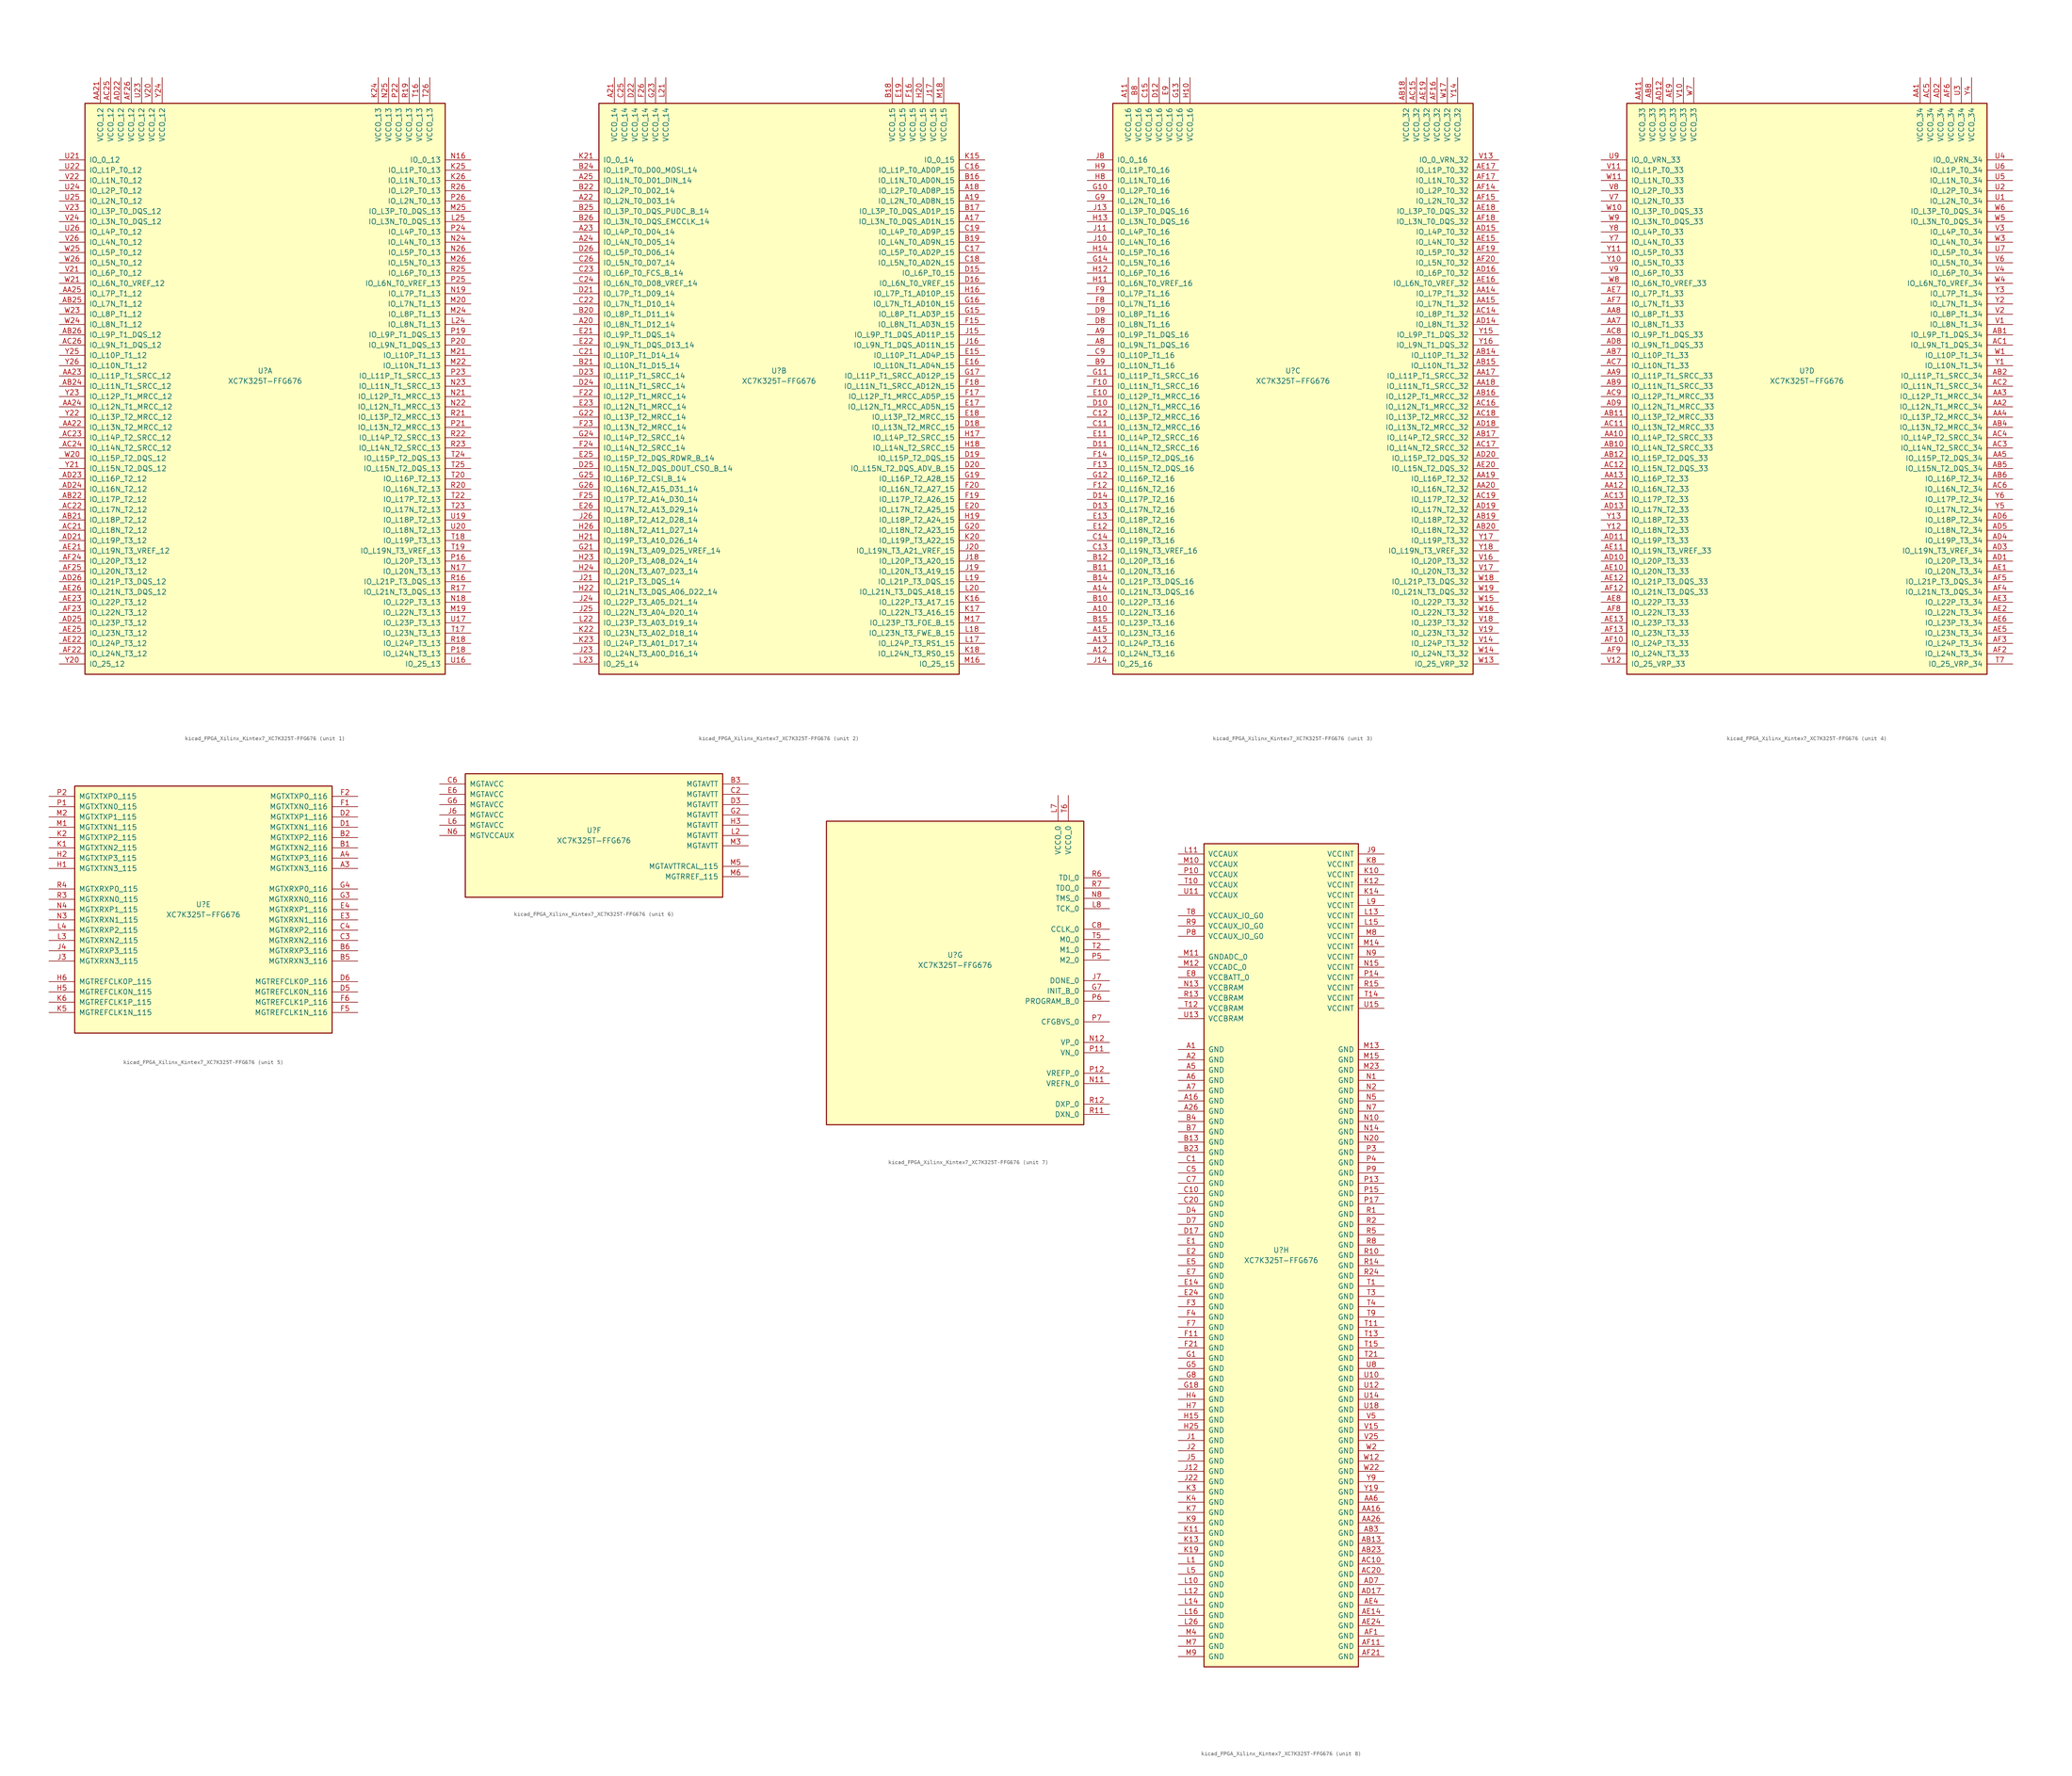
<source format=kicad_sym>
(kicad_symbol_lib
  (version 20220914)
  (generator kicad_symbol_editor)
  (symbol "kicad_FPGA_Xilinx_Kintex7_XC7K325T-FFG676"
    (pin_names
      (offset 1.016))
    (property "Reference" "U"
      (at 0 1.27 0)
      (effects (font (size 1.27 1.27))))
    (property "Value" "XC7K325T-FFG676"
      (at 0 -1.27 0)
      (effects (font (size 1.27 1.27))))
    (property "Datasheet" ""
      (at 0 0 0)
      (effects (font (size 1.27 1.27))))
    (property "ki_locked" ""
      (at 0 0 0)
      (effects (font (size 1.27 1.27))))
    (symbol "kicad_FPGA_Xilinx_Kintex7_XC7K325T-FFG676_1_1"
      (rectangle (start -44.45 67.31) (end 44.45 -73.66) (stroke (width 0.254) (type default)) (fill (type background)))
      (pin power_in line (at -40.64 73.66 270) (length 6.35) (name "VCCO_12" (effects (font (size 1.27 1.27)))) (number "AA21" (effects (font (size 1.27 1.27)))))
      (pin bidirectional line (at -50.8 -12.7 0) (length 6.35) (name "IO_L13N_T2_MRCC_12" (effects (font (size 1.27 1.27)))) (number "AA22" (effects (font (size 1.27 1.27)))))
      (pin bidirectional line (at -50.8 0 0) (length 6.35) (name "IO_L11P_T1_SRCC_12" (effects (font (size 1.27 1.27)))) (number "AA23" (effects (font (size 1.27 1.27)))))
      (pin bidirectional line (at -50.8 -7.62 0) (length 6.35) (name "IO_L12N_T1_MRCC_12" (effects (font (size 1.27 1.27)))) (number "AA24" (effects (font (size 1.27 1.27)))))
      (pin bidirectional line (at -50.8 20.32 0) (length 6.35) (name "IO_L7P_T1_12" (effects (font (size 1.27 1.27)))) (number "AA25" (effects (font (size 1.27 1.27)))))
      (pin bidirectional line (at -50.8 -35.56 0) (length 6.35) (name "IO_L18P_T2_12" (effects (font (size 1.27 1.27)))) (number "AB21" (effects (font (size 1.27 1.27)))))
      (pin bidirectional line (at -50.8 -30.48 0) (length 6.35) (name "IO_L17P_T2_12" (effects (font (size 1.27 1.27)))) (number "AB22" (effects (font (size 1.27 1.27)))))
      (pin bidirectional line (at -50.8 -2.54 0) (length 6.35) (name "IO_L11N_T1_SRCC_12" (effects (font (size 1.27 1.27)))) (number "AB24" (effects (font (size 1.27 1.27)))))
      (pin bidirectional line (at -50.8 17.78 0) (length 6.35) (name "IO_L7N_T1_12" (effects (font (size 1.27 1.27)))) (number "AB25" (effects (font (size 1.27 1.27)))))
      (pin bidirectional line (at -50.8 10.16 0) (length 6.35) (name "IO_L9P_T1_DQS_12" (effects (font (size 1.27 1.27)))) (number "AB26" (effects (font (size 1.27 1.27)))))
      (pin bidirectional line (at -50.8 -38.1 0) (length 6.35) (name "IO_L18N_T2_12" (effects (font (size 1.27 1.27)))) (number "AC21" (effects (font (size 1.27 1.27)))))
      (pin bidirectional line (at -50.8 -33.02 0) (length 6.35) (name "IO_L17N_T2_12" (effects (font (size 1.27 1.27)))) (number "AC22" (effects (font (size 1.27 1.27)))))
      (pin bidirectional line (at -50.8 -15.24 0) (length 6.35) (name "IO_L14P_T2_SRCC_12" (effects (font (size 1.27 1.27)))) (number "AC23" (effects (font (size 1.27 1.27)))))
      (pin bidirectional line (at -50.8 -17.78 0) (length 6.35) (name "IO_L14N_T2_SRCC_12" (effects (font (size 1.27 1.27)))) (number "AC24" (effects (font (size 1.27 1.27)))))
      (pin power_in line (at -38.1 73.66 270) (length 6.35) (name "VCCO_12" (effects (font (size 1.27 1.27)))) (number "AC25" (effects (font (size 1.27 1.27)))))
      (pin bidirectional line (at -50.8 7.62 0) (length 6.35) (name "IO_L9N_T1_DQS_12" (effects (font (size 1.27 1.27)))) (number "AC26" (effects (font (size 1.27 1.27)))))
      (pin bidirectional line (at -50.8 -40.64 0) (length 6.35) (name "IO_L19P_T3_12" (effects (font (size 1.27 1.27)))) (number "AD21" (effects (font (size 1.27 1.27)))))
      (pin power_in line (at -35.56 73.66 270) (length 6.35) (name "VCCO_12" (effects (font (size 1.27 1.27)))) (number "AD22" (effects (font (size 1.27 1.27)))))
      (pin bidirectional line (at -50.8 -25.4 0) (length 6.35) (name "IO_L16P_T2_12" (effects (font (size 1.27 1.27)))) (number "AD23" (effects (font (size 1.27 1.27)))))
      (pin bidirectional line (at -50.8 -27.94 0) (length 6.35) (name "IO_L16N_T2_12" (effects (font (size 1.27 1.27)))) (number "AD24" (effects (font (size 1.27 1.27)))))
      (pin bidirectional line (at -50.8 -60.96 0) (length 6.35) (name "IO_L23P_T3_12" (effects (font (size 1.27 1.27)))) (number "AD25" (effects (font (size 1.27 1.27)))))
      (pin bidirectional line (at -50.8 -50.8 0) (length 6.35) (name "IO_L21P_T3_DQS_12" (effects (font (size 1.27 1.27)))) (number "AD26" (effects (font (size 1.27 1.27)))))
      (pin bidirectional line (at -50.8 -43.18 0) (length 6.35) (name "IO_L19N_T3_VREF_12" (effects (font (size 1.27 1.27)))) (number "AE21" (effects (font (size 1.27 1.27)))))
      (pin bidirectional line (at -50.8 -66.04 0) (length 6.35) (name "IO_L24P_T3_12" (effects (font (size 1.27 1.27)))) (number "AE22" (effects (font (size 1.27 1.27)))))
      (pin bidirectional line (at -50.8 -55.88 0) (length 6.35) (name "IO_L22P_T3_12" (effects (font (size 1.27 1.27)))) (number "AE23" (effects (font (size 1.27 1.27)))))
      (pin bidirectional line (at -50.8 -63.5 0) (length 6.35) (name "IO_L23N_T3_12" (effects (font (size 1.27 1.27)))) (number "AE25" (effects (font (size 1.27 1.27)))))
      (pin bidirectional line (at -50.8 -53.34 0) (length 6.35) (name "IO_L21N_T3_DQS_12" (effects (font (size 1.27 1.27)))) (number "AE26" (effects (font (size 1.27 1.27)))))
      (pin bidirectional line (at -50.8 -68.58 0) (length 6.35) (name "IO_L24N_T3_12" (effects (font (size 1.27 1.27)))) (number "AF22" (effects (font (size 1.27 1.27)))))
      (pin bidirectional line (at -50.8 -58.42 0) (length 6.35) (name "IO_L22N_T3_12" (effects (font (size 1.27 1.27)))) (number "AF23" (effects (font (size 1.27 1.27)))))
      (pin bidirectional line (at -50.8 -45.72 0) (length 6.35) (name "IO_L20P_T3_12" (effects (font (size 1.27 1.27)))) (number "AF24" (effects (font (size 1.27 1.27)))))
      (pin bidirectional line (at -50.8 -48.26 0) (length 6.35) (name "IO_L20N_T3_12" (effects (font (size 1.27 1.27)))) (number "AF25" (effects (font (size 1.27 1.27)))))
      (pin power_in line (at -33.02 73.66 270) (length 6.35) (name "VCCO_12" (effects (font (size 1.27 1.27)))) (number "AF26" (effects (font (size 1.27 1.27)))))
      (pin power_in line (at 27.94 73.66 270) (length 6.35) (name "VCCO_13" (effects (font (size 1.27 1.27)))) (number "K24" (effects (font (size 1.27 1.27)))))
      (pin bidirectional line (at 50.8 50.8 180) (length 6.35) (name "IO_L1P_T0_13" (effects (font (size 1.27 1.27)))) (number "K25" (effects (font (size 1.27 1.27)))))
      (pin bidirectional line (at 50.8 48.26 180) (length 6.35) (name "IO_L1N_T0_13" (effects (font (size 1.27 1.27)))) (number "K26" (effects (font (size 1.27 1.27)))))
      (pin bidirectional line (at 50.8 12.7 180) (length 6.35) (name "IO_L8N_T1_13" (effects (font (size 1.27 1.27)))) (number "L24" (effects (font (size 1.27 1.27)))))
      (pin bidirectional line (at 50.8 38.1 180) (length 6.35) (name "IO_L3N_T0_DQS_13" (effects (font (size 1.27 1.27)))) (number "L25" (effects (font (size 1.27 1.27)))))
      (pin bidirectional line (at 50.8 -58.42 180) (length 6.35) (name "IO_L22N_T3_13" (effects (font (size 1.27 1.27)))) (number "M19" (effects (font (size 1.27 1.27)))))
      (pin bidirectional line (at 50.8 17.78 180) (length 6.35) (name "IO_L7N_T1_13" (effects (font (size 1.27 1.27)))) (number "M20" (effects (font (size 1.27 1.27)))))
      (pin bidirectional line (at 50.8 5.08 180) (length 6.35) (name "IO_L10P_T1_13" (effects (font (size 1.27 1.27)))) (number "M21" (effects (font (size 1.27 1.27)))))
      (pin bidirectional line (at 50.8 2.54 180) (length 6.35) (name "IO_L10N_T1_13" (effects (font (size 1.27 1.27)))) (number "M22" (effects (font (size 1.27 1.27)))))
      (pin bidirectional line (at 50.8 15.24 180) (length 6.35) (name "IO_L8P_T1_13" (effects (font (size 1.27 1.27)))) (number "M24" (effects (font (size 1.27 1.27)))))
      (pin bidirectional line (at 50.8 40.64 180) (length 6.35) (name "IO_L3P_T0_DQS_13" (effects (font (size 1.27 1.27)))) (number "M25" (effects (font (size 1.27 1.27)))))
      (pin bidirectional line (at 50.8 27.94 180) (length 6.35) (name "IO_L5N_T0_13" (effects (font (size 1.27 1.27)))) (number "M26" (effects (font (size 1.27 1.27)))))
      (pin bidirectional line (at 50.8 53.34 180) (length 6.35) (name "IO_0_13" (effects (font (size 1.27 1.27)))) (number "N16" (effects (font (size 1.27 1.27)))))
      (pin bidirectional line (at 50.8 -48.26 180) (length 6.35) (name "IO_L20N_T3_13" (effects (font (size 1.27 1.27)))) (number "N17" (effects (font (size 1.27 1.27)))))
      (pin bidirectional line (at 50.8 -55.88 180) (length 6.35) (name "IO_L22P_T3_13" (effects (font (size 1.27 1.27)))) (number "N18" (effects (font (size 1.27 1.27)))))
      (pin bidirectional line (at 50.8 20.32 180) (length 6.35) (name "IO_L7P_T1_13" (effects (font (size 1.27 1.27)))) (number "N19" (effects (font (size 1.27 1.27)))))
      (pin bidirectional line (at 50.8 -5.08 180) (length 6.35) (name "IO_L12P_T1_MRCC_13" (effects (font (size 1.27 1.27)))) (number "N21" (effects (font (size 1.27 1.27)))))
      (pin bidirectional line (at 50.8 -7.62 180) (length 6.35) (name "IO_L12N_T1_MRCC_13" (effects (font (size 1.27 1.27)))) (number "N22" (effects (font (size 1.27 1.27)))))
      (pin bidirectional line (at 50.8 -2.54 180) (length 6.35) (name "IO_L11N_T1_SRCC_13" (effects (font (size 1.27 1.27)))) (number "N23" (effects (font (size 1.27 1.27)))))
      (pin bidirectional line (at 50.8 33.02 180) (length 6.35) (name "IO_L4N_T0_13" (effects (font (size 1.27 1.27)))) (number "N24" (effects (font (size 1.27 1.27)))))
      (pin power_in line (at 30.48 73.66 270) (length 6.35) (name "VCCO_13" (effects (font (size 1.27 1.27)))) (number "N25" (effects (font (size 1.27 1.27)))))
      (pin bidirectional line (at 50.8 30.48 180) (length 6.35) (name "IO_L5P_T0_13" (effects (font (size 1.27 1.27)))) (number "N26" (effects (font (size 1.27 1.27)))))
      (pin bidirectional line (at 50.8 -45.72 180) (length 6.35) (name "IO_L20P_T3_13" (effects (font (size 1.27 1.27)))) (number "P16" (effects (font (size 1.27 1.27)))))
      (pin bidirectional line (at 50.8 -68.58 180) (length 6.35) (name "IO_L24N_T3_13" (effects (font (size 1.27 1.27)))) (number "P18" (effects (font (size 1.27 1.27)))))
      (pin bidirectional line (at 50.8 10.16 180) (length 6.35) (name "IO_L9P_T1_DQS_13" (effects (font (size 1.27 1.27)))) (number "P19" (effects (font (size 1.27 1.27)))))
      (pin bidirectional line (at 50.8 7.62 180) (length 6.35) (name "IO_L9N_T1_DQS_13" (effects (font (size 1.27 1.27)))) (number "P20" (effects (font (size 1.27 1.27)))))
      (pin bidirectional line (at 50.8 -12.7 180) (length 6.35) (name "IO_L13N_T2_MRCC_13" (effects (font (size 1.27 1.27)))) (number "P21" (effects (font (size 1.27 1.27)))))
      (pin power_in line (at 33.02 73.66 270) (length 6.35) (name "VCCO_13" (effects (font (size 1.27 1.27)))) (number "P22" (effects (font (size 1.27 1.27)))))
      (pin bidirectional line (at 50.8 0 180) (length 6.35) (name "IO_L11P_T1_SRCC_13" (effects (font (size 1.27 1.27)))) (number "P23" (effects (font (size 1.27 1.27)))))
      (pin bidirectional line (at 50.8 35.56 180) (length 6.35) (name "IO_L4P_T0_13" (effects (font (size 1.27 1.27)))) (number "P24" (effects (font (size 1.27 1.27)))))
      (pin bidirectional line (at 50.8 22.86 180) (length 6.35) (name "IO_L6N_T0_VREF_13" (effects (font (size 1.27 1.27)))) (number "P25" (effects (font (size 1.27 1.27)))))
      (pin bidirectional line (at 50.8 43.18 180) (length 6.35) (name "IO_L2N_T0_13" (effects (font (size 1.27 1.27)))) (number "P26" (effects (font (size 1.27 1.27)))))
      (pin bidirectional line (at 50.8 -50.8 180) (length 6.35) (name "IO_L21P_T3_DQS_13" (effects (font (size 1.27 1.27)))) (number "R16" (effects (font (size 1.27 1.27)))))
      (pin bidirectional line (at 50.8 -53.34 180) (length 6.35) (name "IO_L21N_T3_DQS_13" (effects (font (size 1.27 1.27)))) (number "R17" (effects (font (size 1.27 1.27)))))
      (pin bidirectional line (at 50.8 -66.04 180) (length 6.35) (name "IO_L24P_T3_13" (effects (font (size 1.27 1.27)))) (number "R18" (effects (font (size 1.27 1.27)))))
      (pin power_in line (at 35.56 73.66 270) (length 6.35) (name "VCCO_13" (effects (font (size 1.27 1.27)))) (number "R19" (effects (font (size 1.27 1.27)))))
      (pin bidirectional line (at 50.8 -27.94 180) (length 6.35) (name "IO_L16N_T2_13" (effects (font (size 1.27 1.27)))) (number "R20" (effects (font (size 1.27 1.27)))))
      (pin bidirectional line (at 50.8 -10.16 180) (length 6.35) (name "IO_L13P_T2_MRCC_13" (effects (font (size 1.27 1.27)))) (number "R21" (effects (font (size 1.27 1.27)))))
      (pin bidirectional line (at 50.8 -15.24 180) (length 6.35) (name "IO_L14P_T2_SRCC_13" (effects (font (size 1.27 1.27)))) (number "R22" (effects (font (size 1.27 1.27)))))
      (pin bidirectional line (at 50.8 -17.78 180) (length 6.35) (name "IO_L14N_T2_SRCC_13" (effects (font (size 1.27 1.27)))) (number "R23" (effects (font (size 1.27 1.27)))))
      (pin bidirectional line (at 50.8 25.4 180) (length 6.35) (name "IO_L6P_T0_13" (effects (font (size 1.27 1.27)))) (number "R25" (effects (font (size 1.27 1.27)))))
      (pin bidirectional line (at 50.8 45.72 180) (length 6.35) (name "IO_L2P_T0_13" (effects (font (size 1.27 1.27)))) (number "R26" (effects (font (size 1.27 1.27)))))
      (pin power_in line (at 38.1 73.66 270) (length 6.35) (name "VCCO_13" (effects (font (size 1.27 1.27)))) (number "T16" (effects (font (size 1.27 1.27)))))
      (pin bidirectional line (at 50.8 -63.5 180) (length 6.35) (name "IO_L23N_T3_13" (effects (font (size 1.27 1.27)))) (number "T17" (effects (font (size 1.27 1.27)))))
      (pin bidirectional line (at 50.8 -40.64 180) (length 6.35) (name "IO_L19P_T3_13" (effects (font (size 1.27 1.27)))) (number "T18" (effects (font (size 1.27 1.27)))))
      (pin bidirectional line (at 50.8 -43.18 180) (length 6.35) (name "IO_L19N_T3_VREF_13" (effects (font (size 1.27 1.27)))) (number "T19" (effects (font (size 1.27 1.27)))))
      (pin bidirectional line (at 50.8 -25.4 180) (length 6.35) (name "IO_L16P_T2_13" (effects (font (size 1.27 1.27)))) (number "T20" (effects (font (size 1.27 1.27)))))
      (pin bidirectional line (at 50.8 -30.48 180) (length 6.35) (name "IO_L17P_T2_13" (effects (font (size 1.27 1.27)))) (number "T22" (effects (font (size 1.27 1.27)))))
      (pin bidirectional line (at 50.8 -33.02 180) (length 6.35) (name "IO_L17N_T2_13" (effects (font (size 1.27 1.27)))) (number "T23" (effects (font (size 1.27 1.27)))))
      (pin bidirectional line (at 50.8 -20.32 180) (length 6.35) (name "IO_L15P_T2_DQS_13" (effects (font (size 1.27 1.27)))) (number "T24" (effects (font (size 1.27 1.27)))))
      (pin bidirectional line (at 50.8 -22.86 180) (length 6.35) (name "IO_L15N_T2_DQS_13" (effects (font (size 1.27 1.27)))) (number "T25" (effects (font (size 1.27 1.27)))))
      (pin power_in line (at 40.64 73.66 270) (length 6.35) (name "VCCO_13" (effects (font (size 1.27 1.27)))) (number "T26" (effects (font (size 1.27 1.27)))))
      (pin bidirectional line (at 50.8 -71.12 180) (length 6.35) (name "IO_25_13" (effects (font (size 1.27 1.27)))) (number "U16" (effects (font (size 1.27 1.27)))))
      (pin bidirectional line (at 50.8 -60.96 180) (length 6.35) (name "IO_L23P_T3_13" (effects (font (size 1.27 1.27)))) (number "U17" (effects (font (size 1.27 1.27)))))
      (pin bidirectional line (at 50.8 -35.56 180) (length 6.35) (name "IO_L18P_T2_13" (effects (font (size 1.27 1.27)))) (number "U19" (effects (font (size 1.27 1.27)))))
      (pin bidirectional line (at 50.8 -38.1 180) (length 6.35) (name "IO_L18N_T2_13" (effects (font (size 1.27 1.27)))) (number "U20" (effects (font (size 1.27 1.27)))))
      (pin bidirectional line (at -50.8 53.34 0) (length 6.35) (name "IO_0_12" (effects (font (size 1.27 1.27)))) (number "U21" (effects (font (size 1.27 1.27)))))
      (pin bidirectional line (at -50.8 50.8 0) (length 6.35) (name "IO_L1P_T0_12" (effects (font (size 1.27 1.27)))) (number "U22" (effects (font (size 1.27 1.27)))))
      (pin power_in line (at -30.48 73.66 270) (length 6.35) (name "VCCO_12" (effects (font (size 1.27 1.27)))) (number "U23" (effects (font (size 1.27 1.27)))))
      (pin bidirectional line (at -50.8 45.72 0) (length 6.35) (name "IO_L2P_T0_12" (effects (font (size 1.27 1.27)))) (number "U24" (effects (font (size 1.27 1.27)))))
      (pin bidirectional line (at -50.8 43.18 0) (length 6.35) (name "IO_L2N_T0_12" (effects (font (size 1.27 1.27)))) (number "U25" (effects (font (size 1.27 1.27)))))
      (pin bidirectional line (at -50.8 35.56 0) (length 6.35) (name "IO_L4P_T0_12" (effects (font (size 1.27 1.27)))) (number "U26" (effects (font (size 1.27 1.27)))))
      (pin power_in line (at -27.94 73.66 270) (length 6.35) (name "VCCO_12" (effects (font (size 1.27 1.27)))) (number "V20" (effects (font (size 1.27 1.27)))))
      (pin bidirectional line (at -50.8 25.4 0) (length 6.35) (name "IO_L6P_T0_12" (effects (font (size 1.27 1.27)))) (number "V21" (effects (font (size 1.27 1.27)))))
      (pin bidirectional line (at -50.8 48.26 0) (length 6.35) (name "IO_L1N_T0_12" (effects (font (size 1.27 1.27)))) (number "V22" (effects (font (size 1.27 1.27)))))
      (pin bidirectional line (at -50.8 40.64 0) (length 6.35) (name "IO_L3P_T0_DQS_12" (effects (font (size 1.27 1.27)))) (number "V23" (effects (font (size 1.27 1.27)))))
      (pin bidirectional line (at -50.8 38.1 0) (length 6.35) (name "IO_L3N_T0_DQS_12" (effects (font (size 1.27 1.27)))) (number "V24" (effects (font (size 1.27 1.27)))))
      (pin bidirectional line (at -50.8 33.02 0) (length 6.35) (name "IO_L4N_T0_12" (effects (font (size 1.27 1.27)))) (number "V26" (effects (font (size 1.27 1.27)))))
      (pin bidirectional line (at -50.8 -20.32 0) (length 6.35) (name "IO_L15P_T2_DQS_12" (effects (font (size 1.27 1.27)))) (number "W20" (effects (font (size 1.27 1.27)))))
      (pin bidirectional line (at -50.8 22.86 0) (length 6.35) (name "IO_L6N_T0_VREF_12" (effects (font (size 1.27 1.27)))) (number "W21" (effects (font (size 1.27 1.27)))))
      (pin bidirectional line (at -50.8 15.24 0) (length 6.35) (name "IO_L8P_T1_12" (effects (font (size 1.27 1.27)))) (number "W23" (effects (font (size 1.27 1.27)))))
      (pin bidirectional line (at -50.8 12.7 0) (length 6.35) (name "IO_L8N_T1_12" (effects (font (size 1.27 1.27)))) (number "W24" (effects (font (size 1.27 1.27)))))
      (pin bidirectional line (at -50.8 30.48 0) (length 6.35) (name "IO_L5P_T0_12" (effects (font (size 1.27 1.27)))) (number "W25" (effects (font (size 1.27 1.27)))))
      (pin bidirectional line (at -50.8 27.94 0) (length 6.35) (name "IO_L5N_T0_12" (effects (font (size 1.27 1.27)))) (number "W26" (effects (font (size 1.27 1.27)))))
      (pin bidirectional line (at -50.8 -71.12 0) (length 6.35) (name "IO_25_12" (effects (font (size 1.27 1.27)))) (number "Y20" (effects (font (size 1.27 1.27)))))
      (pin bidirectional line (at -50.8 -22.86 0) (length 6.35) (name "IO_L15N_T2_DQS_12" (effects (font (size 1.27 1.27)))) (number "Y21" (effects (font (size 1.27 1.27)))))
      (pin bidirectional line (at -50.8 -10.16 0) (length 6.35) (name "IO_L13P_T2_MRCC_12" (effects (font (size 1.27 1.27)))) (number "Y22" (effects (font (size 1.27 1.27)))))
      (pin bidirectional line (at -50.8 -5.08 0) (length 6.35) (name "IO_L12P_T1_MRCC_12" (effects (font (size 1.27 1.27)))) (number "Y23" (effects (font (size 1.27 1.27)))))
      (pin power_in line (at -25.4 73.66 270) (length 6.35) (name "VCCO_12" (effects (font (size 1.27 1.27)))) (number "Y24" (effects (font (size 1.27 1.27)))))
      (pin bidirectional line (at -50.8 5.08 0) (length 6.35) (name "IO_L10P_T1_12" (effects (font (size 1.27 1.27)))) (number "Y25" (effects (font (size 1.27 1.27)))))
      (pin bidirectional line (at -50.8 2.54 0) (length 6.35) (name "IO_L10N_T1_12" (effects (font (size 1.27 1.27)))) (number "Y26" (effects (font (size 1.27 1.27))))))
    (symbol "kicad_FPGA_Xilinx_Kintex7_XC7K325T-FFG676_2_1"
      (rectangle (start -44.45 67.31) (end 44.45 -73.66) (stroke (width 0.254) (type default)) (fill (type background)))
      (pin bidirectional line (at 50.8 38.1 180) (length 6.35) (name "IO_L3N_T0_DQS_AD1N_15" (effects (font (size 1.27 1.27)))) (number "A17" (effects (font (size 1.27 1.27)))))
      (pin bidirectional line (at 50.8 45.72 180) (length 6.35) (name "IO_L2P_T0_AD8P_15" (effects (font (size 1.27 1.27)))) (number "A18" (effects (font (size 1.27 1.27)))))
      (pin bidirectional line (at 50.8 43.18 180) (length 6.35) (name "IO_L2N_T0_AD8N_15" (effects (font (size 1.27 1.27)))) (number "A19" (effects (font (size 1.27 1.27)))))
      (pin bidirectional line (at -50.8 12.7 0) (length 6.35) (name "IO_L8N_T1_D12_14" (effects (font (size 1.27 1.27)))) (number "A20" (effects (font (size 1.27 1.27)))))
      (pin power_in line (at -40.64 73.66 270) (length 6.35) (name "VCCO_14" (effects (font (size 1.27 1.27)))) (number "A21" (effects (font (size 1.27 1.27)))))
      (pin bidirectional line (at -50.8 43.18 0) (length 6.35) (name "IO_L2N_T0_D03_14" (effects (font (size 1.27 1.27)))) (number "A22" (effects (font (size 1.27 1.27)))))
      (pin bidirectional line (at -50.8 35.56 0) (length 6.35) (name "IO_L4P_T0_D04_14" (effects (font (size 1.27 1.27)))) (number "A23" (effects (font (size 1.27 1.27)))))
      (pin bidirectional line (at -50.8 33.02 0) (length 6.35) (name "IO_L4N_T0_D05_14" (effects (font (size 1.27 1.27)))) (number "A24" (effects (font (size 1.27 1.27)))))
      (pin bidirectional line (at -50.8 48.26 0) (length 6.35) (name "IO_L1N_T0_D01_DIN_14" (effects (font (size 1.27 1.27)))) (number "A25" (effects (font (size 1.27 1.27)))))
      (pin bidirectional line (at 50.8 48.26 180) (length 6.35) (name "IO_L1N_T0_AD0N_15" (effects (font (size 1.27 1.27)))) (number "B16" (effects (font (size 1.27 1.27)))))
      (pin bidirectional line (at 50.8 40.64 180) (length 6.35) (name "IO_L3P_T0_DQS_AD1P_15" (effects (font (size 1.27 1.27)))) (number "B17" (effects (font (size 1.27 1.27)))))
      (pin power_in line (at 27.94 73.66 270) (length 6.35) (name "VCCO_15" (effects (font (size 1.27 1.27)))) (number "B18" (effects (font (size 1.27 1.27)))))
      (pin bidirectional line (at 50.8 33.02 180) (length 6.35) (name "IO_L4N_T0_AD9N_15" (effects (font (size 1.27 1.27)))) (number "B19" (effects (font (size 1.27 1.27)))))
      (pin bidirectional line (at -50.8 15.24 0) (length 6.35) (name "IO_L8P_T1_D11_14" (effects (font (size 1.27 1.27)))) (number "B20" (effects (font (size 1.27 1.27)))))
      (pin bidirectional line (at -50.8 2.54 0) (length 6.35) (name "IO_L10N_T1_D15_14" (effects (font (size 1.27 1.27)))) (number "B21" (effects (font (size 1.27 1.27)))))
      (pin bidirectional line (at -50.8 45.72 0) (length 6.35) (name "IO_L2P_T0_D02_14" (effects (font (size 1.27 1.27)))) (number "B22" (effects (font (size 1.27 1.27)))))
      (pin bidirectional line (at -50.8 50.8 0) (length 6.35) (name "IO_L1P_T0_D00_MOSI_14" (effects (font (size 1.27 1.27)))) (number "B24" (effects (font (size 1.27 1.27)))))
      (pin bidirectional line (at -50.8 40.64 0) (length 6.35) (name "IO_L3P_T0_DQS_PUDC_B_14" (effects (font (size 1.27 1.27)))) (number "B25" (effects (font (size 1.27 1.27)))))
      (pin bidirectional line (at -50.8 38.1 0) (length 6.35) (name "IO_L3N_T0_DQS_EMCCLK_14" (effects (font (size 1.27 1.27)))) (number "B26" (effects (font (size 1.27 1.27)))))
      (pin bidirectional line (at 50.8 50.8 180) (length 6.35) (name "IO_L1P_T0_AD0P_15" (effects (font (size 1.27 1.27)))) (number "C16" (effects (font (size 1.27 1.27)))))
      (pin bidirectional line (at 50.8 30.48 180) (length 6.35) (name "IO_L5P_T0_AD2P_15" (effects (font (size 1.27 1.27)))) (number "C17" (effects (font (size 1.27 1.27)))))
      (pin bidirectional line (at 50.8 27.94 180) (length 6.35) (name "IO_L5N_T0_AD2N_15" (effects (font (size 1.27 1.27)))) (number "C18" (effects (font (size 1.27 1.27)))))
      (pin bidirectional line (at 50.8 35.56 180) (length 6.35) (name "IO_L4P_T0_AD9P_15" (effects (font (size 1.27 1.27)))) (number "C19" (effects (font (size 1.27 1.27)))))
      (pin bidirectional line (at -50.8 5.08 0) (length 6.35) (name "IO_L10P_T1_D14_14" (effects (font (size 1.27 1.27)))) (number "C21" (effects (font (size 1.27 1.27)))))
      (pin bidirectional line (at -50.8 17.78 0) (length 6.35) (name "IO_L7N_T1_D10_14" (effects (font (size 1.27 1.27)))) (number "C22" (effects (font (size 1.27 1.27)))))
      (pin bidirectional line (at -50.8 25.4 0) (length 6.35) (name "IO_L6P_T0_FCS_B_14" (effects (font (size 1.27 1.27)))) (number "C23" (effects (font (size 1.27 1.27)))))
      (pin bidirectional line (at -50.8 22.86 0) (length 6.35) (name "IO_L6N_T0_D08_VREF_14" (effects (font (size 1.27 1.27)))) (number "C24" (effects (font (size 1.27 1.27)))))
      (pin power_in line (at -38.1 73.66 270) (length 6.35) (name "VCCO_14" (effects (font (size 1.27 1.27)))) (number "C25" (effects (font (size 1.27 1.27)))))
      (pin bidirectional line (at -50.8 27.94 0) (length 6.35) (name "IO_L5N_T0_D07_14" (effects (font (size 1.27 1.27)))) (number "C26" (effects (font (size 1.27 1.27)))))
      (pin bidirectional line (at 50.8 25.4 180) (length 6.35) (name "IO_L6P_T0_15" (effects (font (size 1.27 1.27)))) (number "D15" (effects (font (size 1.27 1.27)))))
      (pin bidirectional line (at 50.8 22.86 180) (length 6.35) (name "IO_L6N_T0_VREF_15" (effects (font (size 1.27 1.27)))) (number "D16" (effects (font (size 1.27 1.27)))))
      (pin bidirectional line (at 50.8 -12.7 180) (length 6.35) (name "IO_L13N_T2_MRCC_15" (effects (font (size 1.27 1.27)))) (number "D18" (effects (font (size 1.27 1.27)))))
      (pin bidirectional line (at 50.8 -20.32 180) (length 6.35) (name "IO_L15P_T2_DQS_15" (effects (font (size 1.27 1.27)))) (number "D19" (effects (font (size 1.27 1.27)))))
      (pin bidirectional line (at 50.8 -22.86 180) (length 6.35) (name "IO_L15N_T2_DQS_ADV_B_15" (effects (font (size 1.27 1.27)))) (number "D20" (effects (font (size 1.27 1.27)))))
      (pin bidirectional line (at -50.8 20.32 0) (length 6.35) (name "IO_L7P_T1_D09_14" (effects (font (size 1.27 1.27)))) (number "D21" (effects (font (size 1.27 1.27)))))
      (pin power_in line (at -35.56 73.66 270) (length 6.35) (name "VCCO_14" (effects (font (size 1.27 1.27)))) (number "D22" (effects (font (size 1.27 1.27)))))
      (pin bidirectional line (at -50.8 0 0) (length 6.35) (name "IO_L11P_T1_SRCC_14" (effects (font (size 1.27 1.27)))) (number "D23" (effects (font (size 1.27 1.27)))))
      (pin bidirectional line (at -50.8 -2.54 0) (length 6.35) (name "IO_L11N_T1_SRCC_14" (effects (font (size 1.27 1.27)))) (number "D24" (effects (font (size 1.27 1.27)))))
      (pin bidirectional line (at -50.8 -22.86 0) (length 6.35) (name "IO_L15N_T2_DQS_DOUT_CSO_B_14" (effects (font (size 1.27 1.27)))) (number "D25" (effects (font (size 1.27 1.27)))))
      (pin bidirectional line (at -50.8 30.48 0) (length 6.35) (name "IO_L5P_T0_D06_14" (effects (font (size 1.27 1.27)))) (number "D26" (effects (font (size 1.27 1.27)))))
      (pin bidirectional line (at 50.8 5.08 180) (length 6.35) (name "IO_L10P_T1_AD4P_15" (effects (font (size 1.27 1.27)))) (number "E15" (effects (font (size 1.27 1.27)))))
      (pin bidirectional line (at 50.8 2.54 180) (length 6.35) (name "IO_L10N_T1_AD4N_15" (effects (font (size 1.27 1.27)))) (number "E16" (effects (font (size 1.27 1.27)))))
      (pin bidirectional line (at 50.8 -7.62 180) (length 6.35) (name "IO_L12N_T1_MRCC_AD5N_15" (effects (font (size 1.27 1.27)))) (number "E17" (effects (font (size 1.27 1.27)))))
      (pin bidirectional line (at 50.8 -10.16 180) (length 6.35) (name "IO_L13P_T2_MRCC_15" (effects (font (size 1.27 1.27)))) (number "E18" (effects (font (size 1.27 1.27)))))
      (pin power_in line (at 30.48 73.66 270) (length 6.35) (name "VCCO_15" (effects (font (size 1.27 1.27)))) (number "E19" (effects (font (size 1.27 1.27)))))
      (pin bidirectional line (at 50.8 -33.02 180) (length 6.35) (name "IO_L17N_T2_A25_15" (effects (font (size 1.27 1.27)))) (number "E20" (effects (font (size 1.27 1.27)))))
      (pin bidirectional line (at -50.8 10.16 0) (length 6.35) (name "IO_L9P_T1_DQS_14" (effects (font (size 1.27 1.27)))) (number "E21" (effects (font (size 1.27 1.27)))))
      (pin bidirectional line (at -50.8 7.62 0) (length 6.35) (name "IO_L9N_T1_DQS_D13_14" (effects (font (size 1.27 1.27)))) (number "E22" (effects (font (size 1.27 1.27)))))
      (pin bidirectional line (at -50.8 -7.62 0) (length 6.35) (name "IO_L12N_T1_MRCC_14" (effects (font (size 1.27 1.27)))) (number "E23" (effects (font (size 1.27 1.27)))))
      (pin bidirectional line (at -50.8 -20.32 0) (length 6.35) (name "IO_L15P_T2_DQS_RDWR_B_14" (effects (font (size 1.27 1.27)))) (number "E25" (effects (font (size 1.27 1.27)))))
      (pin bidirectional line (at -50.8 -33.02 0) (length 6.35) (name "IO_L17N_T2_A13_D29_14" (effects (font (size 1.27 1.27)))) (number "E26" (effects (font (size 1.27 1.27)))))
      (pin bidirectional line (at 50.8 12.7 180) (length 6.35) (name "IO_L8N_T1_AD3N_15" (effects (font (size 1.27 1.27)))) (number "F15" (effects (font (size 1.27 1.27)))))
      (pin power_in line (at 33.02 73.66 270) (length 6.35) (name "VCCO_15" (effects (font (size 1.27 1.27)))) (number "F16" (effects (font (size 1.27 1.27)))))
      (pin bidirectional line (at 50.8 -5.08 180) (length 6.35) (name "IO_L12P_T1_MRCC_AD5P_15" (effects (font (size 1.27 1.27)))) (number "F17" (effects (font (size 1.27 1.27)))))
      (pin bidirectional line (at 50.8 -2.54 180) (length 6.35) (name "IO_L11N_T1_SRCC_AD12N_15" (effects (font (size 1.27 1.27)))) (number "F18" (effects (font (size 1.27 1.27)))))
      (pin bidirectional line (at 50.8 -30.48 180) (length 6.35) (name "IO_L17P_T2_A26_15" (effects (font (size 1.27 1.27)))) (number "F19" (effects (font (size 1.27 1.27)))))
      (pin bidirectional line (at 50.8 -27.94 180) (length 6.35) (name "IO_L16N_T2_A27_15" (effects (font (size 1.27 1.27)))) (number "F20" (effects (font (size 1.27 1.27)))))
      (pin bidirectional line (at -50.8 -5.08 0) (length 6.35) (name "IO_L12P_T1_MRCC_14" (effects (font (size 1.27 1.27)))) (number "F22" (effects (font (size 1.27 1.27)))))
      (pin bidirectional line (at -50.8 -12.7 0) (length 6.35) (name "IO_L13N_T2_MRCC_14" (effects (font (size 1.27 1.27)))) (number "F23" (effects (font (size 1.27 1.27)))))
      (pin bidirectional line (at -50.8 -17.78 0) (length 6.35) (name "IO_L14N_T2_SRCC_14" (effects (font (size 1.27 1.27)))) (number "F24" (effects (font (size 1.27 1.27)))))
      (pin bidirectional line (at -50.8 -30.48 0) (length 6.35) (name "IO_L17P_T2_A14_D30_14" (effects (font (size 1.27 1.27)))) (number "F25" (effects (font (size 1.27 1.27)))))
      (pin power_in line (at -33.02 73.66 270) (length 6.35) (name "VCCO_14" (effects (font (size 1.27 1.27)))) (number "F26" (effects (font (size 1.27 1.27)))))
      (pin bidirectional line (at 50.8 15.24 180) (length 6.35) (name "IO_L8P_T1_AD3P_15" (effects (font (size 1.27 1.27)))) (number "G15" (effects (font (size 1.27 1.27)))))
      (pin bidirectional line (at 50.8 17.78 180) (length 6.35) (name "IO_L7N_T1_AD10N_15" (effects (font (size 1.27 1.27)))) (number "G16" (effects (font (size 1.27 1.27)))))
      (pin bidirectional line (at 50.8 0 180) (length 6.35) (name "IO_L11P_T1_SRCC_AD12P_15" (effects (font (size 1.27 1.27)))) (number "G17" (effects (font (size 1.27 1.27)))))
      (pin bidirectional line (at 50.8 -25.4 180) (length 6.35) (name "IO_L16P_T2_A28_15" (effects (font (size 1.27 1.27)))) (number "G19" (effects (font (size 1.27 1.27)))))
      (pin bidirectional line (at 50.8 -38.1 180) (length 6.35) (name "IO_L18N_T2_A23_15" (effects (font (size 1.27 1.27)))) (number "G20" (effects (font (size 1.27 1.27)))))
      (pin bidirectional line (at -50.8 -43.18 0) (length 6.35) (name "IO_L19N_T3_A09_D25_VREF_14" (effects (font (size 1.27 1.27)))) (number "G21" (effects (font (size 1.27 1.27)))))
      (pin bidirectional line (at -50.8 -10.16 0) (length 6.35) (name "IO_L13P_T2_MRCC_14" (effects (font (size 1.27 1.27)))) (number "G22" (effects (font (size 1.27 1.27)))))
      (pin power_in line (at -30.48 73.66 270) (length 6.35) (name "VCCO_14" (effects (font (size 1.27 1.27)))) (number "G23" (effects (font (size 1.27 1.27)))))
      (pin bidirectional line (at -50.8 -15.24 0) (length 6.35) (name "IO_L14P_T2_SRCC_14" (effects (font (size 1.27 1.27)))) (number "G24" (effects (font (size 1.27 1.27)))))
      (pin bidirectional line (at -50.8 -25.4 0) (length 6.35) (name "IO_L16P_T2_CSI_B_14" (effects (font (size 1.27 1.27)))) (number "G25" (effects (font (size 1.27 1.27)))))
      (pin bidirectional line (at -50.8 -27.94 0) (length 6.35) (name "IO_L16N_T2_A15_D31_14" (effects (font (size 1.27 1.27)))) (number "G26" (effects (font (size 1.27 1.27)))))
      (pin bidirectional line (at 50.8 20.32 180) (length 6.35) (name "IO_L7P_T1_AD10P_15" (effects (font (size 1.27 1.27)))) (number "H16" (effects (font (size 1.27 1.27)))))
      (pin bidirectional line (at 50.8 -15.24 180) (length 6.35) (name "IO_L14P_T2_SRCC_15" (effects (font (size 1.27 1.27)))) (number "H17" (effects (font (size 1.27 1.27)))))
      (pin bidirectional line (at 50.8 -17.78 180) (length 6.35) (name "IO_L14N_T2_SRCC_15" (effects (font (size 1.27 1.27)))) (number "H18" (effects (font (size 1.27 1.27)))))
      (pin bidirectional line (at 50.8 -35.56 180) (length 6.35) (name "IO_L18P_T2_A24_15" (effects (font (size 1.27 1.27)))) (number "H19" (effects (font (size 1.27 1.27)))))
      (pin power_in line (at 35.56 73.66 270) (length 6.35) (name "VCCO_15" (effects (font (size 1.27 1.27)))) (number "H20" (effects (font (size 1.27 1.27)))))
      (pin bidirectional line (at -50.8 -40.64 0) (length 6.35) (name "IO_L19P_T3_A10_D26_14" (effects (font (size 1.27 1.27)))) (number "H21" (effects (font (size 1.27 1.27)))))
      (pin bidirectional line (at -50.8 -53.34 0) (length 6.35) (name "IO_L21N_T3_DQS_A06_D22_14" (effects (font (size 1.27 1.27)))) (number "H22" (effects (font (size 1.27 1.27)))))
      (pin bidirectional line (at -50.8 -45.72 0) (length 6.35) (name "IO_L20P_T3_A08_D24_14" (effects (font (size 1.27 1.27)))) (number "H23" (effects (font (size 1.27 1.27)))))
      (pin bidirectional line (at -50.8 -48.26 0) (length 6.35) (name "IO_L20N_T3_A07_D23_14" (effects (font (size 1.27 1.27)))) (number "H24" (effects (font (size 1.27 1.27)))))
      (pin bidirectional line (at -50.8 -38.1 0) (length 6.35) (name "IO_L18N_T2_A11_D27_14" (effects (font (size 1.27 1.27)))) (number "H26" (effects (font (size 1.27 1.27)))))
      (pin bidirectional line (at 50.8 10.16 180) (length 6.35) (name "IO_L9P_T1_DQS_AD11P_15" (effects (font (size 1.27 1.27)))) (number "J15" (effects (font (size 1.27 1.27)))))
      (pin bidirectional line (at 50.8 7.62 180) (length 6.35) (name "IO_L9N_T1_DQS_AD11N_15" (effects (font (size 1.27 1.27)))) (number "J16" (effects (font (size 1.27 1.27)))))
      (pin power_in line (at 38.1 73.66 270) (length 6.35) (name "VCCO_15" (effects (font (size 1.27 1.27)))) (number "J17" (effects (font (size 1.27 1.27)))))
      (pin bidirectional line (at 50.8 -45.72 180) (length 6.35) (name "IO_L20P_T3_A20_15" (effects (font (size 1.27 1.27)))) (number "J18" (effects (font (size 1.27 1.27)))))
      (pin bidirectional line (at 50.8 -48.26 180) (length 6.35) (name "IO_L20N_T3_A19_15" (effects (font (size 1.27 1.27)))) (number "J19" (effects (font (size 1.27 1.27)))))
      (pin bidirectional line (at 50.8 -43.18 180) (length 6.35) (name "IO_L19N_T3_A21_VREF_15" (effects (font (size 1.27 1.27)))) (number "J20" (effects (font (size 1.27 1.27)))))
      (pin bidirectional line (at -50.8 -50.8 0) (length 6.35) (name "IO_L21P_T3_DQS_14" (effects (font (size 1.27 1.27)))) (number "J21" (effects (font (size 1.27 1.27)))))
      (pin bidirectional line (at -50.8 -68.58 0) (length 6.35) (name "IO_L24N_T3_A00_D16_14" (effects (font (size 1.27 1.27)))) (number "J23" (effects (font (size 1.27 1.27)))))
      (pin bidirectional line (at -50.8 -55.88 0) (length 6.35) (name "IO_L22P_T3_A05_D21_14" (effects (font (size 1.27 1.27)))) (number "J24" (effects (font (size 1.27 1.27)))))
      (pin bidirectional line (at -50.8 -58.42 0) (length 6.35) (name "IO_L22N_T3_A04_D20_14" (effects (font (size 1.27 1.27)))) (number "J25" (effects (font (size 1.27 1.27)))))
      (pin bidirectional line (at -50.8 -35.56 0) (length 6.35) (name "IO_L18P_T2_A12_D28_14" (effects (font (size 1.27 1.27)))) (number "J26" (effects (font (size 1.27 1.27)))))
      (pin bidirectional line (at 50.8 53.34 180) (length 6.35) (name "IO_0_15" (effects (font (size 1.27 1.27)))) (number "K15" (effects (font (size 1.27 1.27)))))
      (pin bidirectional line (at 50.8 -55.88 180) (length 6.35) (name "IO_L22P_T3_A17_15" (effects (font (size 1.27 1.27)))) (number "K16" (effects (font (size 1.27 1.27)))))
      (pin bidirectional line (at 50.8 -58.42 180) (length 6.35) (name "IO_L22N_T3_A16_15" (effects (font (size 1.27 1.27)))) (number "K17" (effects (font (size 1.27 1.27)))))
      (pin bidirectional line (at 50.8 -68.58 180) (length 6.35) (name "IO_L24N_T3_RS0_15" (effects (font (size 1.27 1.27)))) (number "K18" (effects (font (size 1.27 1.27)))))
      (pin bidirectional line (at 50.8 -40.64 180) (length 6.35) (name "IO_L19P_T3_A22_15" (effects (font (size 1.27 1.27)))) (number "K20" (effects (font (size 1.27 1.27)))))
      (pin bidirectional line (at -50.8 53.34 0) (length 6.35) (name "IO_0_14" (effects (font (size 1.27 1.27)))) (number "K21" (effects (font (size 1.27 1.27)))))
      (pin bidirectional line (at -50.8 -63.5 0) (length 6.35) (name "IO_L23N_T3_A02_D18_14" (effects (font (size 1.27 1.27)))) (number "K22" (effects (font (size 1.27 1.27)))))
      (pin bidirectional line (at -50.8 -66.04 0) (length 6.35) (name "IO_L24P_T3_A01_D17_14" (effects (font (size 1.27 1.27)))) (number "K23" (effects (font (size 1.27 1.27)))))
      (pin bidirectional line (at 50.8 -66.04 180) (length 6.35) (name "IO_L24P_T3_RS1_15" (effects (font (size 1.27 1.27)))) (number "L17" (effects (font (size 1.27 1.27)))))
      (pin bidirectional line (at 50.8 -63.5 180) (length 6.35) (name "IO_L23N_T3_FWE_B_15" (effects (font (size 1.27 1.27)))) (number "L18" (effects (font (size 1.27 1.27)))))
      (pin bidirectional line (at 50.8 -50.8 180) (length 6.35) (name "IO_L21P_T3_DQS_15" (effects (font (size 1.27 1.27)))) (number "L19" (effects (font (size 1.27 1.27)))))
      (pin bidirectional line (at 50.8 -53.34 180) (length 6.35) (name "IO_L21N_T3_DQS_A18_15" (effects (font (size 1.27 1.27)))) (number "L20" (effects (font (size 1.27 1.27)))))
      (pin power_in line (at -27.94 73.66 270) (length 6.35) (name "VCCO_14" (effects (font (size 1.27 1.27)))) (number "L21" (effects (font (size 1.27 1.27)))))
      (pin bidirectional line (at -50.8 -60.96 0) (length 6.35) (name "IO_L23P_T3_A03_D19_14" (effects (font (size 1.27 1.27)))) (number "L22" (effects (font (size 1.27 1.27)))))
      (pin bidirectional line (at -50.8 -71.12 0) (length 6.35) (name "IO_25_14" (effects (font (size 1.27 1.27)))) (number "L23" (effects (font (size 1.27 1.27)))))
      (pin bidirectional line (at 50.8 -71.12 180) (length 6.35) (name "IO_25_15" (effects (font (size 1.27 1.27)))) (number "M16" (effects (font (size 1.27 1.27)))))
      (pin bidirectional line (at 50.8 -60.96 180) (length 6.35) (name "IO_L23P_T3_FOE_B_15" (effects (font (size 1.27 1.27)))) (number "M17" (effects (font (size 1.27 1.27)))))
      (pin power_in line (at 40.64 73.66 270) (length 6.35) (name "VCCO_15" (effects (font (size 1.27 1.27)))) (number "M18" (effects (font (size 1.27 1.27))))))
    (symbol "kicad_FPGA_Xilinx_Kintex7_XC7K325T-FFG676_3_1"
      (rectangle (start -44.45 67.31) (end 44.45 -73.66) (stroke (width 0.254) (type default)) (fill (type background)))
      (pin bidirectional line (at -50.8 -58.42 0) (length 6.35) (name "IO_L22N_T3_16" (effects (font (size 1.27 1.27)))) (number "A10" (effects (font (size 1.27 1.27)))))
      (pin power_in line (at -40.64 73.66 270) (length 6.35) (name "VCCO_16" (effects (font (size 1.27 1.27)))) (number "A11" (effects (font (size 1.27 1.27)))))
      (pin bidirectional line (at -50.8 -68.58 0) (length 6.35) (name "IO_L24N_T3_16" (effects (font (size 1.27 1.27)))) (number "A12" (effects (font (size 1.27 1.27)))))
      (pin bidirectional line (at -50.8 -66.04 0) (length 6.35) (name "IO_L24P_T3_16" (effects (font (size 1.27 1.27)))) (number "A13" (effects (font (size 1.27 1.27)))))
      (pin bidirectional line (at -50.8 -53.34 0) (length 6.35) (name "IO_L21N_T3_DQS_16" (effects (font (size 1.27 1.27)))) (number "A14" (effects (font (size 1.27 1.27)))))
      (pin bidirectional line (at -50.8 -63.5 0) (length 6.35) (name "IO_L23N_T3_16" (effects (font (size 1.27 1.27)))) (number "A15" (effects (font (size 1.27 1.27)))))
      (pin bidirectional line (at -50.8 7.62 0) (length 6.35) (name "IO_L9N_T1_DQS_16" (effects (font (size 1.27 1.27)))) (number "A8" (effects (font (size 1.27 1.27)))))
      (pin bidirectional line (at -50.8 10.16 0) (length 6.35) (name "IO_L9P_T1_DQS_16" (effects (font (size 1.27 1.27)))) (number "A9" (effects (font (size 1.27 1.27)))))
      (pin bidirectional line (at 50.8 20.32 180) (length 6.35) (name "IO_L7P_T1_32" (effects (font (size 1.27 1.27)))) (number "AA14" (effects (font (size 1.27 1.27)))))
      (pin bidirectional line (at 50.8 17.78 180) (length 6.35) (name "IO_L7N_T1_32" (effects (font (size 1.27 1.27)))) (number "AA15" (effects (font (size 1.27 1.27)))))
      (pin bidirectional line (at 50.8 0 180) (length 6.35) (name "IO_L11P_T1_SRCC_32" (effects (font (size 1.27 1.27)))) (number "AA17" (effects (font (size 1.27 1.27)))))
      (pin bidirectional line (at 50.8 -2.54 180) (length 6.35) (name "IO_L11N_T1_SRCC_32" (effects (font (size 1.27 1.27)))) (number "AA18" (effects (font (size 1.27 1.27)))))
      (pin bidirectional line (at 50.8 -25.4 180) (length 6.35) (name "IO_L16P_T2_32" (effects (font (size 1.27 1.27)))) (number "AA19" (effects (font (size 1.27 1.27)))))
      (pin bidirectional line (at 50.8 -27.94 180) (length 6.35) (name "IO_L16N_T2_32" (effects (font (size 1.27 1.27)))) (number "AA20" (effects (font (size 1.27 1.27)))))
      (pin bidirectional line (at 50.8 5.08 180) (length 6.35) (name "IO_L10P_T1_32" (effects (font (size 1.27 1.27)))) (number "AB14" (effects (font (size 1.27 1.27)))))
      (pin bidirectional line (at 50.8 2.54 180) (length 6.35) (name "IO_L10N_T1_32" (effects (font (size 1.27 1.27)))) (number "AB15" (effects (font (size 1.27 1.27)))))
      (pin bidirectional line (at 50.8 -5.08 180) (length 6.35) (name "IO_L12P_T1_MRCC_32" (effects (font (size 1.27 1.27)))) (number "AB16" (effects (font (size 1.27 1.27)))))
      (pin bidirectional line (at 50.8 -15.24 180) (length 6.35) (name "IO_L14P_T2_SRCC_32" (effects (font (size 1.27 1.27)))) (number "AB17" (effects (font (size 1.27 1.27)))))
      (pin power_in line (at 27.94 73.66 270) (length 6.35) (name "VCCO_32" (effects (font (size 1.27 1.27)))) (number "AB18" (effects (font (size 1.27 1.27)))))
      (pin bidirectional line (at 50.8 -35.56 180) (length 6.35) (name "IO_L18P_T2_32" (effects (font (size 1.27 1.27)))) (number "AB19" (effects (font (size 1.27 1.27)))))
      (pin bidirectional line (at 50.8 -38.1 180) (length 6.35) (name "IO_L18N_T2_32" (effects (font (size 1.27 1.27)))) (number "AB20" (effects (font (size 1.27 1.27)))))
      (pin bidirectional line (at 50.8 15.24 180) (length 6.35) (name "IO_L8P_T1_32" (effects (font (size 1.27 1.27)))) (number "AC14" (effects (font (size 1.27 1.27)))))
      (pin power_in line (at 30.48 73.66 270) (length 6.35) (name "VCCO_32" (effects (font (size 1.27 1.27)))) (number "AC15" (effects (font (size 1.27 1.27)))))
      (pin bidirectional line (at 50.8 -7.62 180) (length 6.35) (name "IO_L12N_T1_MRCC_32" (effects (font (size 1.27 1.27)))) (number "AC16" (effects (font (size 1.27 1.27)))))
      (pin bidirectional line (at 50.8 -17.78 180) (length 6.35) (name "IO_L14N_T2_SRCC_32" (effects (font (size 1.27 1.27)))) (number "AC17" (effects (font (size 1.27 1.27)))))
      (pin bidirectional line (at 50.8 -10.16 180) (length 6.35) (name "IO_L13P_T2_MRCC_32" (effects (font (size 1.27 1.27)))) (number "AC18" (effects (font (size 1.27 1.27)))))
      (pin bidirectional line (at 50.8 -30.48 180) (length 6.35) (name "IO_L17P_T2_32" (effects (font (size 1.27 1.27)))) (number "AC19" (effects (font (size 1.27 1.27)))))
      (pin bidirectional line (at 50.8 12.7 180) (length 6.35) (name "IO_L8N_T1_32" (effects (font (size 1.27 1.27)))) (number "AD14" (effects (font (size 1.27 1.27)))))
      (pin bidirectional line (at 50.8 35.56 180) (length 6.35) (name "IO_L4P_T0_32" (effects (font (size 1.27 1.27)))) (number "AD15" (effects (font (size 1.27 1.27)))))
      (pin bidirectional line (at 50.8 25.4 180) (length 6.35) (name "IO_L6P_T0_32" (effects (font (size 1.27 1.27)))) (number "AD16" (effects (font (size 1.27 1.27)))))
      (pin bidirectional line (at 50.8 -12.7 180) (length 6.35) (name "IO_L13N_T2_MRCC_32" (effects (font (size 1.27 1.27)))) (number "AD18" (effects (font (size 1.27 1.27)))))
      (pin bidirectional line (at 50.8 -33.02 180) (length 6.35) (name "IO_L17N_T2_32" (effects (font (size 1.27 1.27)))) (number "AD19" (effects (font (size 1.27 1.27)))))
      (pin bidirectional line (at 50.8 -20.32 180) (length 6.35) (name "IO_L15P_T2_DQS_32" (effects (font (size 1.27 1.27)))) (number "AD20" (effects (font (size 1.27 1.27)))))
      (pin bidirectional line (at 50.8 33.02 180) (length 6.35) (name "IO_L4N_T0_32" (effects (font (size 1.27 1.27)))) (number "AE15" (effects (font (size 1.27 1.27)))))
      (pin bidirectional line (at 50.8 22.86 180) (length 6.35) (name "IO_L6N_T0_VREF_32" (effects (font (size 1.27 1.27)))) (number "AE16" (effects (font (size 1.27 1.27)))))
      (pin bidirectional line (at 50.8 50.8 180) (length 6.35) (name "IO_L1P_T0_32" (effects (font (size 1.27 1.27)))) (number "AE17" (effects (font (size 1.27 1.27)))))
      (pin bidirectional line (at 50.8 40.64 180) (length 6.35) (name "IO_L3P_T0_DQS_32" (effects (font (size 1.27 1.27)))) (number "AE18" (effects (font (size 1.27 1.27)))))
      (pin power_in line (at 33.02 73.66 270) (length 6.35) (name "VCCO_32" (effects (font (size 1.27 1.27)))) (number "AE19" (effects (font (size 1.27 1.27)))))
      (pin bidirectional line (at 50.8 -22.86 180) (length 6.35) (name "IO_L15N_T2_DQS_32" (effects (font (size 1.27 1.27)))) (number "AE20" (effects (font (size 1.27 1.27)))))
      (pin bidirectional line (at 50.8 45.72 180) (length 6.35) (name "IO_L2P_T0_32" (effects (font (size 1.27 1.27)))) (number "AF14" (effects (font (size 1.27 1.27)))))
      (pin bidirectional line (at 50.8 43.18 180) (length 6.35) (name "IO_L2N_T0_32" (effects (font (size 1.27 1.27)))) (number "AF15" (effects (font (size 1.27 1.27)))))
      (pin power_in line (at 35.56 73.66 270) (length 6.35) (name "VCCO_32" (effects (font (size 1.27 1.27)))) (number "AF16" (effects (font (size 1.27 1.27)))))
      (pin bidirectional line (at 50.8 48.26 180) (length 6.35) (name "IO_L1N_T0_32" (effects (font (size 1.27 1.27)))) (number "AF17" (effects (font (size 1.27 1.27)))))
      (pin bidirectional line (at 50.8 38.1 180) (length 6.35) (name "IO_L3N_T0_DQS_32" (effects (font (size 1.27 1.27)))) (number "AF18" (effects (font (size 1.27 1.27)))))
      (pin bidirectional line (at 50.8 30.48 180) (length 6.35) (name "IO_L5P_T0_32" (effects (font (size 1.27 1.27)))) (number "AF19" (effects (font (size 1.27 1.27)))))
      (pin bidirectional line (at 50.8 27.94 180) (length 6.35) (name "IO_L5N_T0_32" (effects (font (size 1.27 1.27)))) (number "AF20" (effects (font (size 1.27 1.27)))))
      (pin bidirectional line (at -50.8 -55.88 0) (length 6.35) (name "IO_L22P_T3_16" (effects (font (size 1.27 1.27)))) (number "B10" (effects (font (size 1.27 1.27)))))
      (pin bidirectional line (at -50.8 -48.26 0) (length 6.35) (name "IO_L20N_T3_16" (effects (font (size 1.27 1.27)))) (number "B11" (effects (font (size 1.27 1.27)))))
      (pin bidirectional line (at -50.8 -45.72 0) (length 6.35) (name "IO_L20P_T3_16" (effects (font (size 1.27 1.27)))) (number "B12" (effects (font (size 1.27 1.27)))))
      (pin bidirectional line (at -50.8 -50.8 0) (length 6.35) (name "IO_L21P_T3_DQS_16" (effects (font (size 1.27 1.27)))) (number "B14" (effects (font (size 1.27 1.27)))))
      (pin bidirectional line (at -50.8 -60.96 0) (length 6.35) (name "IO_L23P_T3_16" (effects (font (size 1.27 1.27)))) (number "B15" (effects (font (size 1.27 1.27)))))
      (pin power_in line (at -38.1 73.66 270) (length 6.35) (name "VCCO_16" (effects (font (size 1.27 1.27)))) (number "B8" (effects (font (size 1.27 1.27)))))
      (pin bidirectional line (at -50.8 2.54 0) (length 6.35) (name "IO_L10N_T1_16" (effects (font (size 1.27 1.27)))) (number "B9" (effects (font (size 1.27 1.27)))))
      (pin bidirectional line (at -50.8 -12.7 0) (length 6.35) (name "IO_L13N_T2_MRCC_16" (effects (font (size 1.27 1.27)))) (number "C11" (effects (font (size 1.27 1.27)))))
      (pin bidirectional line (at -50.8 -10.16 0) (length 6.35) (name "IO_L13P_T2_MRCC_16" (effects (font (size 1.27 1.27)))) (number "C12" (effects (font (size 1.27 1.27)))))
      (pin bidirectional line (at -50.8 -43.18 0) (length 6.35) (name "IO_L19N_T3_VREF_16" (effects (font (size 1.27 1.27)))) (number "C13" (effects (font (size 1.27 1.27)))))
      (pin bidirectional line (at -50.8 -40.64 0) (length 6.35) (name "IO_L19P_T3_16" (effects (font (size 1.27 1.27)))) (number "C14" (effects (font (size 1.27 1.27)))))
      (pin power_in line (at -35.56 73.66 270) (length 6.35) (name "VCCO_16" (effects (font (size 1.27 1.27)))) (number "C15" (effects (font (size 1.27 1.27)))))
      (pin bidirectional line (at -50.8 5.08 0) (length 6.35) (name "IO_L10P_T1_16" (effects (font (size 1.27 1.27)))) (number "C9" (effects (font (size 1.27 1.27)))))
      (pin bidirectional line (at -50.8 -7.62 0) (length 6.35) (name "IO_L12N_T1_MRCC_16" (effects (font (size 1.27 1.27)))) (number "D10" (effects (font (size 1.27 1.27)))))
      (pin bidirectional line (at -50.8 -17.78 0) (length 6.35) (name "IO_L14N_T2_SRCC_16" (effects (font (size 1.27 1.27)))) (number "D11" (effects (font (size 1.27 1.27)))))
      (pin power_in line (at -33.02 73.66 270) (length 6.35) (name "VCCO_16" (effects (font (size 1.27 1.27)))) (number "D12" (effects (font (size 1.27 1.27)))))
      (pin bidirectional line (at -50.8 -33.02 0) (length 6.35) (name "IO_L17N_T2_16" (effects (font (size 1.27 1.27)))) (number "D13" (effects (font (size 1.27 1.27)))))
      (pin bidirectional line (at -50.8 -30.48 0) (length 6.35) (name "IO_L17P_T2_16" (effects (font (size 1.27 1.27)))) (number "D14" (effects (font (size 1.27 1.27)))))
      (pin bidirectional line (at -50.8 12.7 0) (length 6.35) (name "IO_L8N_T1_16" (effects (font (size 1.27 1.27)))) (number "D8" (effects (font (size 1.27 1.27)))))
      (pin bidirectional line (at -50.8 15.24 0) (length 6.35) (name "IO_L8P_T1_16" (effects (font (size 1.27 1.27)))) (number "D9" (effects (font (size 1.27 1.27)))))
      (pin bidirectional line (at -50.8 -5.08 0) (length 6.35) (name "IO_L12P_T1_MRCC_16" (effects (font (size 1.27 1.27)))) (number "E10" (effects (font (size 1.27 1.27)))))
      (pin bidirectional line (at -50.8 -15.24 0) (length 6.35) (name "IO_L14P_T2_SRCC_16" (effects (font (size 1.27 1.27)))) (number "E11" (effects (font (size 1.27 1.27)))))
      (pin bidirectional line (at -50.8 -38.1 0) (length 6.35) (name "IO_L18N_T2_16" (effects (font (size 1.27 1.27)))) (number "E12" (effects (font (size 1.27 1.27)))))
      (pin bidirectional line (at -50.8 -35.56 0) (length 6.35) (name "IO_L18P_T2_16" (effects (font (size 1.27 1.27)))) (number "E13" (effects (font (size 1.27 1.27)))))
      (pin power_in line (at -30.48 73.66 270) (length 6.35) (name "VCCO_16" (effects (font (size 1.27 1.27)))) (number "E9" (effects (font (size 1.27 1.27)))))
      (pin bidirectional line (at -50.8 -2.54 0) (length 6.35) (name "IO_L11N_T1_SRCC_16" (effects (font (size 1.27 1.27)))) (number "F10" (effects (font (size 1.27 1.27)))))
      (pin bidirectional line (at -50.8 -27.94 0) (length 6.35) (name "IO_L16N_T2_16" (effects (font (size 1.27 1.27)))) (number "F12" (effects (font (size 1.27 1.27)))))
      (pin bidirectional line (at -50.8 -22.86 0) (length 6.35) (name "IO_L15N_T2_DQS_16" (effects (font (size 1.27 1.27)))) (number "F13" (effects (font (size 1.27 1.27)))))
      (pin bidirectional line (at -50.8 -20.32 0) (length 6.35) (name "IO_L15P_T2_DQS_16" (effects (font (size 1.27 1.27)))) (number "F14" (effects (font (size 1.27 1.27)))))
      (pin bidirectional line (at -50.8 17.78 0) (length 6.35) (name "IO_L7N_T1_16" (effects (font (size 1.27 1.27)))) (number "F8" (effects (font (size 1.27 1.27)))))
      (pin bidirectional line (at -50.8 20.32 0) (length 6.35) (name "IO_L7P_T1_16" (effects (font (size 1.27 1.27)))) (number "F9" (effects (font (size 1.27 1.27)))))
      (pin bidirectional line (at -50.8 45.72 0) (length 6.35) (name "IO_L2P_T0_16" (effects (font (size 1.27 1.27)))) (number "G10" (effects (font (size 1.27 1.27)))))
      (pin bidirectional line (at -50.8 0 0) (length 6.35) (name "IO_L11P_T1_SRCC_16" (effects (font (size 1.27 1.27)))) (number "G11" (effects (font (size 1.27 1.27)))))
      (pin bidirectional line (at -50.8 -25.4 0) (length 6.35) (name "IO_L16P_T2_16" (effects (font (size 1.27 1.27)))) (number "G12" (effects (font (size 1.27 1.27)))))
      (pin power_in line (at -27.94 73.66 270) (length 6.35) (name "VCCO_16" (effects (font (size 1.27 1.27)))) (number "G13" (effects (font (size 1.27 1.27)))))
      (pin bidirectional line (at -50.8 27.94 0) (length 6.35) (name "IO_L5N_T0_16" (effects (font (size 1.27 1.27)))) (number "G14" (effects (font (size 1.27 1.27)))))
      (pin bidirectional line (at -50.8 43.18 0) (length 6.35) (name "IO_L2N_T0_16" (effects (font (size 1.27 1.27)))) (number "G9" (effects (font (size 1.27 1.27)))))
      (pin power_in line (at -25.4 73.66 270) (length 6.35) (name "VCCO_16" (effects (font (size 1.27 1.27)))) (number "H10" (effects (font (size 1.27 1.27)))))
      (pin bidirectional line (at -50.8 22.86 0) (length 6.35) (name "IO_L6N_T0_VREF_16" (effects (font (size 1.27 1.27)))) (number "H11" (effects (font (size 1.27 1.27)))))
      (pin bidirectional line (at -50.8 25.4 0) (length 6.35) (name "IO_L6P_T0_16" (effects (font (size 1.27 1.27)))) (number "H12" (effects (font (size 1.27 1.27)))))
      (pin bidirectional line (at -50.8 38.1 0) (length 6.35) (name "IO_L3N_T0_DQS_16" (effects (font (size 1.27 1.27)))) (number "H13" (effects (font (size 1.27 1.27)))))
      (pin bidirectional line (at -50.8 30.48 0) (length 6.35) (name "IO_L5P_T0_16" (effects (font (size 1.27 1.27)))) (number "H14" (effects (font (size 1.27 1.27)))))
      (pin bidirectional line (at -50.8 48.26 0) (length 6.35) (name "IO_L1N_T0_16" (effects (font (size 1.27 1.27)))) (number "H8" (effects (font (size 1.27 1.27)))))
      (pin bidirectional line (at -50.8 50.8 0) (length 6.35) (name "IO_L1P_T0_16" (effects (font (size 1.27 1.27)))) (number "H9" (effects (font (size 1.27 1.27)))))
      (pin bidirectional line (at -50.8 33.02 0) (length 6.35) (name "IO_L4N_T0_16" (effects (font (size 1.27 1.27)))) (number "J10" (effects (font (size 1.27 1.27)))))
      (pin bidirectional line (at -50.8 35.56 0) (length 6.35) (name "IO_L4P_T0_16" (effects (font (size 1.27 1.27)))) (number "J11" (effects (font (size 1.27 1.27)))))
      (pin bidirectional line (at -50.8 40.64 0) (length 6.35) (name "IO_L3P_T0_DQS_16" (effects (font (size 1.27 1.27)))) (number "J13" (effects (font (size 1.27 1.27)))))
      (pin bidirectional line (at -50.8 -71.12 0) (length 6.35) (name "IO_25_16" (effects (font (size 1.27 1.27)))) (number "J14" (effects (font (size 1.27 1.27)))))
      (pin bidirectional line (at -50.8 53.34 0) (length 6.35) (name "IO_0_16" (effects (font (size 1.27 1.27)))) (number "J8" (effects (font (size 1.27 1.27)))))
      (pin bidirectional line (at 50.8 53.34 180) (length 6.35) (name "IO_0_VRN_32" (effects (font (size 1.27 1.27)))) (number "V13" (effects (font (size 1.27 1.27)))))
      (pin bidirectional line (at 50.8 -66.04 180) (length 6.35) (name "IO_L24P_T3_32" (effects (font (size 1.27 1.27)))) (number "V14" (effects (font (size 1.27 1.27)))))
      (pin bidirectional line (at 50.8 -45.72 180) (length 6.35) (name "IO_L20P_T3_32" (effects (font (size 1.27 1.27)))) (number "V16" (effects (font (size 1.27 1.27)))))
      (pin bidirectional line (at 50.8 -48.26 180) (length 6.35) (name "IO_L20N_T3_32" (effects (font (size 1.27 1.27)))) (number "V17" (effects (font (size 1.27 1.27)))))
      (pin bidirectional line (at 50.8 -60.96 180) (length 6.35) (name "IO_L23P_T3_32" (effects (font (size 1.27 1.27)))) (number "V18" (effects (font (size 1.27 1.27)))))
      (pin bidirectional line (at 50.8 -63.5 180) (length 6.35) (name "IO_L23N_T3_32" (effects (font (size 1.27 1.27)))) (number "V19" (effects (font (size 1.27 1.27)))))
      (pin bidirectional line (at 50.8 -71.12 180) (length 6.35) (name "IO_25_VRP_32" (effects (font (size 1.27 1.27)))) (number "W13" (effects (font (size 1.27 1.27)))))
      (pin bidirectional line (at 50.8 -68.58 180) (length 6.35) (name "IO_L24N_T3_32" (effects (font (size 1.27 1.27)))) (number "W14" (effects (font (size 1.27 1.27)))))
      (pin bidirectional line (at 50.8 -55.88 180) (length 6.35) (name "IO_L22P_T3_32" (effects (font (size 1.27 1.27)))) (number "W15" (effects (font (size 1.27 1.27)))))
      (pin bidirectional line (at 50.8 -58.42 180) (length 6.35) (name "IO_L22N_T3_32" (effects (font (size 1.27 1.27)))) (number "W16" (effects (font (size 1.27 1.27)))))
      (pin power_in line (at 38.1 73.66 270) (length 6.35) (name "VCCO_32" (effects (font (size 1.27 1.27)))) (number "W17" (effects (font (size 1.27 1.27)))))
      (pin bidirectional line (at 50.8 -50.8 180) (length 6.35) (name "IO_L21P_T3_DQS_32" (effects (font (size 1.27 1.27)))) (number "W18" (effects (font (size 1.27 1.27)))))
      (pin bidirectional line (at 50.8 -53.34 180) (length 6.35) (name "IO_L21N_T3_DQS_32" (effects (font (size 1.27 1.27)))) (number "W19" (effects (font (size 1.27 1.27)))))
      (pin power_in line (at 40.64 73.66 270) (length 6.35) (name "VCCO_32" (effects (font (size 1.27 1.27)))) (number "Y14" (effects (font (size 1.27 1.27)))))
      (pin bidirectional line (at 50.8 10.16 180) (length 6.35) (name "IO_L9P_T1_DQS_32" (effects (font (size 1.27 1.27)))) (number "Y15" (effects (font (size 1.27 1.27)))))
      (pin bidirectional line (at 50.8 7.62 180) (length 6.35) (name "IO_L9N_T1_DQS_32" (effects (font (size 1.27 1.27)))) (number "Y16" (effects (font (size 1.27 1.27)))))
      (pin bidirectional line (at 50.8 -40.64 180) (length 6.35) (name "IO_L19P_T3_32" (effects (font (size 1.27 1.27)))) (number "Y17" (effects (font (size 1.27 1.27)))))
      (pin bidirectional line (at 50.8 -43.18 180) (length 6.35) (name "IO_L19N_T3_VREF_32" (effects (font (size 1.27 1.27)))) (number "Y18" (effects (font (size 1.27 1.27))))))
    (symbol "kicad_FPGA_Xilinx_Kintex7_XC7K325T-FFG676_4_1"
      (rectangle (start -44.45 67.31) (end 44.45 -73.66) (stroke (width 0.254) (type default)) (fill (type background)))
      (pin power_in line (at 27.94 73.66 270) (length 6.35) (name "VCCO_34" (effects (font (size 1.27 1.27)))) (number "AA1" (effects (font (size 1.27 1.27)))))
      (pin bidirectional line (at -50.8 -15.24 0) (length 6.35) (name "IO_L14P_T2_SRCC_33" (effects (font (size 1.27 1.27)))) (number "AA10" (effects (font (size 1.27 1.27)))))
      (pin power_in line (at -40.64 73.66 270) (length 6.35) (name "VCCO_33" (effects (font (size 1.27 1.27)))) (number "AA11" (effects (font (size 1.27 1.27)))))
      (pin bidirectional line (at -50.8 -27.94 0) (length 6.35) (name "IO_L16N_T2_33" (effects (font (size 1.27 1.27)))) (number "AA12" (effects (font (size 1.27 1.27)))))
      (pin bidirectional line (at -50.8 -25.4 0) (length 6.35) (name "IO_L16P_T2_33" (effects (font (size 1.27 1.27)))) (number "AA13" (effects (font (size 1.27 1.27)))))
      (pin bidirectional line (at 50.8 -7.62 180) (length 6.35) (name "IO_L12N_T1_MRCC_34" (effects (font (size 1.27 1.27)))) (number "AA2" (effects (font (size 1.27 1.27)))))
      (pin bidirectional line (at 50.8 -5.08 180) (length 6.35) (name "IO_L12P_T1_MRCC_34" (effects (font (size 1.27 1.27)))) (number "AA3" (effects (font (size 1.27 1.27)))))
      (pin bidirectional line (at 50.8 -10.16 180) (length 6.35) (name "IO_L13P_T2_MRCC_34" (effects (font (size 1.27 1.27)))) (number "AA4" (effects (font (size 1.27 1.27)))))
      (pin bidirectional line (at 50.8 -20.32 180) (length 6.35) (name "IO_L15P_T2_DQS_34" (effects (font (size 1.27 1.27)))) (number "AA5" (effects (font (size 1.27 1.27)))))
      (pin bidirectional line (at -50.8 12.7 0) (length 6.35) (name "IO_L8N_T1_33" (effects (font (size 1.27 1.27)))) (number "AA7" (effects (font (size 1.27 1.27)))))
      (pin bidirectional line (at -50.8 15.24 0) (length 6.35) (name "IO_L8P_T1_33" (effects (font (size 1.27 1.27)))) (number "AA8" (effects (font (size 1.27 1.27)))))
      (pin bidirectional line (at -50.8 0 0) (length 6.35) (name "IO_L11P_T1_SRCC_33" (effects (font (size 1.27 1.27)))) (number "AA9" (effects (font (size 1.27 1.27)))))
      (pin bidirectional line (at 50.8 10.16 180) (length 6.35) (name "IO_L9P_T1_DQS_34" (effects (font (size 1.27 1.27)))) (number "AB1" (effects (font (size 1.27 1.27)))))
      (pin bidirectional line (at -50.8 -17.78 0) (length 6.35) (name "IO_L14N_T2_SRCC_33" (effects (font (size 1.27 1.27)))) (number "AB10" (effects (font (size 1.27 1.27)))))
      (pin bidirectional line (at -50.8 -10.16 0) (length 6.35) (name "IO_L13P_T2_MRCC_33" (effects (font (size 1.27 1.27)))) (number "AB11" (effects (font (size 1.27 1.27)))))
      (pin bidirectional line (at -50.8 -20.32 0) (length 6.35) (name "IO_L15P_T2_DQS_33" (effects (font (size 1.27 1.27)))) (number "AB12" (effects (font (size 1.27 1.27)))))
      (pin bidirectional line (at 50.8 0 180) (length 6.35) (name "IO_L11P_T1_SRCC_34" (effects (font (size 1.27 1.27)))) (number "AB2" (effects (font (size 1.27 1.27)))))
      (pin bidirectional line (at 50.8 -12.7 180) (length 6.35) (name "IO_L13N_T2_MRCC_34" (effects (font (size 1.27 1.27)))) (number "AB4" (effects (font (size 1.27 1.27)))))
      (pin bidirectional line (at 50.8 -22.86 180) (length 6.35) (name "IO_L15N_T2_DQS_34" (effects (font (size 1.27 1.27)))) (number "AB5" (effects (font (size 1.27 1.27)))))
      (pin bidirectional line (at 50.8 -25.4 180) (length 6.35) (name "IO_L16P_T2_34" (effects (font (size 1.27 1.27)))) (number "AB6" (effects (font (size 1.27 1.27)))))
      (pin bidirectional line (at -50.8 5.08 0) (length 6.35) (name "IO_L10P_T1_33" (effects (font (size 1.27 1.27)))) (number "AB7" (effects (font (size 1.27 1.27)))))
      (pin power_in line (at -38.1 73.66 270) (length 6.35) (name "VCCO_33" (effects (font (size 1.27 1.27)))) (number "AB8" (effects (font (size 1.27 1.27)))))
      (pin bidirectional line (at -50.8 -2.54 0) (length 6.35) (name "IO_L11N_T1_SRCC_33" (effects (font (size 1.27 1.27)))) (number "AB9" (effects (font (size 1.27 1.27)))))
      (pin bidirectional line (at 50.8 7.62 180) (length 6.35) (name "IO_L9N_T1_DQS_34" (effects (font (size 1.27 1.27)))) (number "AC1" (effects (font (size 1.27 1.27)))))
      (pin bidirectional line (at -50.8 -12.7 0) (length 6.35) (name "IO_L13N_T2_MRCC_33" (effects (font (size 1.27 1.27)))) (number "AC11" (effects (font (size 1.27 1.27)))))
      (pin bidirectional line (at -50.8 -22.86 0) (length 6.35) (name "IO_L15N_T2_DQS_33" (effects (font (size 1.27 1.27)))) (number "AC12" (effects (font (size 1.27 1.27)))))
      (pin bidirectional line (at -50.8 -30.48 0) (length 6.35) (name "IO_L17P_T2_33" (effects (font (size 1.27 1.27)))) (number "AC13" (effects (font (size 1.27 1.27)))))
      (pin bidirectional line (at 50.8 -2.54 180) (length 6.35) (name "IO_L11N_T1_SRCC_34" (effects (font (size 1.27 1.27)))) (number "AC2" (effects (font (size 1.27 1.27)))))
      (pin bidirectional line (at 50.8 -17.78 180) (length 6.35) (name "IO_L14N_T2_SRCC_34" (effects (font (size 1.27 1.27)))) (number "AC3" (effects (font (size 1.27 1.27)))))
      (pin bidirectional line (at 50.8 -15.24 180) (length 6.35) (name "IO_L14P_T2_SRCC_34" (effects (font (size 1.27 1.27)))) (number "AC4" (effects (font (size 1.27 1.27)))))
      (pin power_in line (at 30.48 73.66 270) (length 6.35) (name "VCCO_34" (effects (font (size 1.27 1.27)))) (number "AC5" (effects (font (size 1.27 1.27)))))
      (pin bidirectional line (at 50.8 -27.94 180) (length 6.35) (name "IO_L16N_T2_34" (effects (font (size 1.27 1.27)))) (number "AC6" (effects (font (size 1.27 1.27)))))
      (pin bidirectional line (at -50.8 2.54 0) (length 6.35) (name "IO_L10N_T1_33" (effects (font (size 1.27 1.27)))) (number "AC7" (effects (font (size 1.27 1.27)))))
      (pin bidirectional line (at -50.8 10.16 0) (length 6.35) (name "IO_L9P_T1_DQS_33" (effects (font (size 1.27 1.27)))) (number "AC8" (effects (font (size 1.27 1.27)))))
      (pin bidirectional line (at -50.8 -5.08 0) (length 6.35) (name "IO_L12P_T1_MRCC_33" (effects (font (size 1.27 1.27)))) (number "AC9" (effects (font (size 1.27 1.27)))))
      (pin bidirectional line (at 50.8 -45.72 180) (length 6.35) (name "IO_L20P_T3_34" (effects (font (size 1.27 1.27)))) (number "AD1" (effects (font (size 1.27 1.27)))))
      (pin bidirectional line (at -50.8 -45.72 0) (length 6.35) (name "IO_L20P_T3_33" (effects (font (size 1.27 1.27)))) (number "AD10" (effects (font (size 1.27 1.27)))))
      (pin bidirectional line (at -50.8 -40.64 0) (length 6.35) (name "IO_L19P_T3_33" (effects (font (size 1.27 1.27)))) (number "AD11" (effects (font (size 1.27 1.27)))))
      (pin power_in line (at -35.56 73.66 270) (length 6.35) (name "VCCO_33" (effects (font (size 1.27 1.27)))) (number "AD12" (effects (font (size 1.27 1.27)))))
      (pin bidirectional line (at -50.8 -33.02 0) (length 6.35) (name "IO_L17N_T2_33" (effects (font (size 1.27 1.27)))) (number "AD13" (effects (font (size 1.27 1.27)))))
      (pin power_in line (at 33.02 73.66 270) (length 6.35) (name "VCCO_34" (effects (font (size 1.27 1.27)))) (number "AD2" (effects (font (size 1.27 1.27)))))
      (pin bidirectional line (at 50.8 -43.18 180) (length 6.35) (name "IO_L19N_T3_VREF_34" (effects (font (size 1.27 1.27)))) (number "AD3" (effects (font (size 1.27 1.27)))))
      (pin bidirectional line (at 50.8 -40.64 180) (length 6.35) (name "IO_L19P_T3_34" (effects (font (size 1.27 1.27)))) (number "AD4" (effects (font (size 1.27 1.27)))))
      (pin bidirectional line (at 50.8 -38.1 180) (length 6.35) (name "IO_L18N_T2_34" (effects (font (size 1.27 1.27)))) (number "AD5" (effects (font (size 1.27 1.27)))))
      (pin bidirectional line (at 50.8 -35.56 180) (length 6.35) (name "IO_L18P_T2_34" (effects (font (size 1.27 1.27)))) (number "AD6" (effects (font (size 1.27 1.27)))))
      (pin bidirectional line (at -50.8 7.62 0) (length 6.35) (name "IO_L9N_T1_DQS_33" (effects (font (size 1.27 1.27)))) (number "AD8" (effects (font (size 1.27 1.27)))))
      (pin bidirectional line (at -50.8 -7.62 0) (length 6.35) (name "IO_L12N_T1_MRCC_33" (effects (font (size 1.27 1.27)))) (number "AD9" (effects (font (size 1.27 1.27)))))
      (pin bidirectional line (at 50.8 -48.26 180) (length 6.35) (name "IO_L20N_T3_34" (effects (font (size 1.27 1.27)))) (number "AE1" (effects (font (size 1.27 1.27)))))
      (pin bidirectional line (at -50.8 -48.26 0) (length 6.35) (name "IO_L20N_T3_33" (effects (font (size 1.27 1.27)))) (number "AE10" (effects (font (size 1.27 1.27)))))
      (pin bidirectional line (at -50.8 -43.18 0) (length 6.35) (name "IO_L19N_T3_VREF_33" (effects (font (size 1.27 1.27)))) (number "AE11" (effects (font (size 1.27 1.27)))))
      (pin bidirectional line (at -50.8 -50.8 0) (length 6.35) (name "IO_L21P_T3_DQS_33" (effects (font (size 1.27 1.27)))) (number "AE12" (effects (font (size 1.27 1.27)))))
      (pin bidirectional line (at -50.8 -60.96 0) (length 6.35) (name "IO_L23P_T3_33" (effects (font (size 1.27 1.27)))) (number "AE13" (effects (font (size 1.27 1.27)))))
      (pin bidirectional line (at 50.8 -58.42 180) (length 6.35) (name "IO_L22N_T3_34" (effects (font (size 1.27 1.27)))) (number "AE2" (effects (font (size 1.27 1.27)))))
      (pin bidirectional line (at 50.8 -55.88 180) (length 6.35) (name "IO_L22P_T3_34" (effects (font (size 1.27 1.27)))) (number "AE3" (effects (font (size 1.27 1.27)))))
      (pin bidirectional line (at 50.8 -63.5 180) (length 6.35) (name "IO_L23N_T3_34" (effects (font (size 1.27 1.27)))) (number "AE5" (effects (font (size 1.27 1.27)))))
      (pin bidirectional line (at 50.8 -60.96 180) (length 6.35) (name "IO_L23P_T3_34" (effects (font (size 1.27 1.27)))) (number "AE6" (effects (font (size 1.27 1.27)))))
      (pin bidirectional line (at -50.8 20.32 0) (length 6.35) (name "IO_L7P_T1_33" (effects (font (size 1.27 1.27)))) (number "AE7" (effects (font (size 1.27 1.27)))))
      (pin bidirectional line (at -50.8 -55.88 0) (length 6.35) (name "IO_L22P_T3_33" (effects (font (size 1.27 1.27)))) (number "AE8" (effects (font (size 1.27 1.27)))))
      (pin power_in line (at -33.02 73.66 270) (length 6.35) (name "VCCO_33" (effects (font (size 1.27 1.27)))) (number "AE9" (effects (font (size 1.27 1.27)))))
      (pin bidirectional line (at -50.8 -66.04 0) (length 6.35) (name "IO_L24P_T3_33" (effects (font (size 1.27 1.27)))) (number "AF10" (effects (font (size 1.27 1.27)))))
      (pin bidirectional line (at -50.8 -53.34 0) (length 6.35) (name "IO_L21N_T3_DQS_33" (effects (font (size 1.27 1.27)))) (number "AF12" (effects (font (size 1.27 1.27)))))
      (pin bidirectional line (at -50.8 -63.5 0) (length 6.35) (name "IO_L23N_T3_33" (effects (font (size 1.27 1.27)))) (number "AF13" (effects (font (size 1.27 1.27)))))
      (pin bidirectional line (at 50.8 -68.58 180) (length 6.35) (name "IO_L24N_T3_34" (effects (font (size 1.27 1.27)))) (number "AF2" (effects (font (size 1.27 1.27)))))
      (pin bidirectional line (at 50.8 -66.04 180) (length 6.35) (name "IO_L24P_T3_34" (effects (font (size 1.27 1.27)))) (number "AF3" (effects (font (size 1.27 1.27)))))
      (pin bidirectional line (at 50.8 -53.34 180) (length 6.35) (name "IO_L21N_T3_DQS_34" (effects (font (size 1.27 1.27)))) (number "AF4" (effects (font (size 1.27 1.27)))))
      (pin bidirectional line (at 50.8 -50.8 180) (length 6.35) (name "IO_L21P_T3_DQS_34" (effects (font (size 1.27 1.27)))) (number "AF5" (effects (font (size 1.27 1.27)))))
      (pin power_in line (at 35.56 73.66 270) (length 6.35) (name "VCCO_34" (effects (font (size 1.27 1.27)))) (number "AF6" (effects (font (size 1.27 1.27)))))
      (pin bidirectional line (at -50.8 17.78 0) (length 6.35) (name "IO_L7N_T1_33" (effects (font (size 1.27 1.27)))) (number "AF7" (effects (font (size 1.27 1.27)))))
      (pin bidirectional line (at -50.8 -58.42 0) (length 6.35) (name "IO_L22N_T3_33" (effects (font (size 1.27 1.27)))) (number "AF8" (effects (font (size 1.27 1.27)))))
      (pin bidirectional line (at -50.8 -68.58 0) (length 6.35) (name "IO_L24N_T3_33" (effects (font (size 1.27 1.27)))) (number "AF9" (effects (font (size 1.27 1.27)))))
      (pin bidirectional line (at 50.8 -71.12 180) (length 6.35) (name "IO_25_VRP_34" (effects (font (size 1.27 1.27)))) (number "T7" (effects (font (size 1.27 1.27)))))
      (pin bidirectional line (at 50.8 43.18 180) (length 6.35) (name "IO_L2N_T0_34" (effects (font (size 1.27 1.27)))) (number "U1" (effects (font (size 1.27 1.27)))))
      (pin bidirectional line (at 50.8 45.72 180) (length 6.35) (name "IO_L2P_T0_34" (effects (font (size 1.27 1.27)))) (number "U2" (effects (font (size 1.27 1.27)))))
      (pin power_in line (at 38.1 73.66 270) (length 6.35) (name "VCCO_34" (effects (font (size 1.27 1.27)))) (number "U3" (effects (font (size 1.27 1.27)))))
      (pin bidirectional line (at 50.8 53.34 180) (length 6.35) (name "IO_0_VRN_34" (effects (font (size 1.27 1.27)))) (number "U4" (effects (font (size 1.27 1.27)))))
      (pin bidirectional line (at 50.8 48.26 180) (length 6.35) (name "IO_L1N_T0_34" (effects (font (size 1.27 1.27)))) (number "U5" (effects (font (size 1.27 1.27)))))
      (pin bidirectional line (at 50.8 50.8 180) (length 6.35) (name "IO_L1P_T0_34" (effects (font (size 1.27 1.27)))) (number "U6" (effects (font (size 1.27 1.27)))))
      (pin bidirectional line (at 50.8 30.48 180) (length 6.35) (name "IO_L5P_T0_34" (effects (font (size 1.27 1.27)))) (number "U7" (effects (font (size 1.27 1.27)))))
      (pin bidirectional line (at -50.8 53.34 0) (length 6.35) (name "IO_0_VRN_33" (effects (font (size 1.27 1.27)))) (number "U9" (effects (font (size 1.27 1.27)))))
      (pin bidirectional line (at 50.8 12.7 180) (length 6.35) (name "IO_L8N_T1_34" (effects (font (size 1.27 1.27)))) (number "V1" (effects (font (size 1.27 1.27)))))
      (pin power_in line (at -30.48 73.66 270) (length 6.35) (name "VCCO_33" (effects (font (size 1.27 1.27)))) (number "V10" (effects (font (size 1.27 1.27)))))
      (pin bidirectional line (at -50.8 50.8 0) (length 6.35) (name "IO_L1P_T0_33" (effects (font (size 1.27 1.27)))) (number "V11" (effects (font (size 1.27 1.27)))))
      (pin bidirectional line (at -50.8 -71.12 0) (length 6.35) (name "IO_25_VRP_33" (effects (font (size 1.27 1.27)))) (number "V12" (effects (font (size 1.27 1.27)))))
      (pin bidirectional line (at 50.8 15.24 180) (length 6.35) (name "IO_L8P_T1_34" (effects (font (size 1.27 1.27)))) (number "V2" (effects (font (size 1.27 1.27)))))
      (pin bidirectional line (at 50.8 35.56 180) (length 6.35) (name "IO_L4P_T0_34" (effects (font (size 1.27 1.27)))) (number "V3" (effects (font (size 1.27 1.27)))))
      (pin bidirectional line (at 50.8 25.4 180) (length 6.35) (name "IO_L6P_T0_34" (effects (font (size 1.27 1.27)))) (number "V4" (effects (font (size 1.27 1.27)))))
      (pin bidirectional line (at 50.8 27.94 180) (length 6.35) (name "IO_L5N_T0_34" (effects (font (size 1.27 1.27)))) (number "V6" (effects (font (size 1.27 1.27)))))
      (pin bidirectional line (at -50.8 43.18 0) (length 6.35) (name "IO_L2N_T0_33" (effects (font (size 1.27 1.27)))) (number "V7" (effects (font (size 1.27 1.27)))))
      (pin bidirectional line (at -50.8 45.72 0) (length 6.35) (name "IO_L2P_T0_33" (effects (font (size 1.27 1.27)))) (number "V8" (effects (font (size 1.27 1.27)))))
      (pin bidirectional line (at -50.8 25.4 0) (length 6.35) (name "IO_L6P_T0_33" (effects (font (size 1.27 1.27)))) (number "V9" (effects (font (size 1.27 1.27)))))
      (pin bidirectional line (at 50.8 5.08 180) (length 6.35) (name "IO_L10P_T1_34" (effects (font (size 1.27 1.27)))) (number "W1" (effects (font (size 1.27 1.27)))))
      (pin bidirectional line (at -50.8 40.64 0) (length 6.35) (name "IO_L3P_T0_DQS_33" (effects (font (size 1.27 1.27)))) (number "W10" (effects (font (size 1.27 1.27)))))
      (pin bidirectional line (at -50.8 48.26 0) (length 6.35) (name "IO_L1N_T0_33" (effects (font (size 1.27 1.27)))) (number "W11" (effects (font (size 1.27 1.27)))))
      (pin bidirectional line (at 50.8 33.02 180) (length 6.35) (name "IO_L4N_T0_34" (effects (font (size 1.27 1.27)))) (number "W3" (effects (font (size 1.27 1.27)))))
      (pin bidirectional line (at 50.8 22.86 180) (length 6.35) (name "IO_L6N_T0_VREF_34" (effects (font (size 1.27 1.27)))) (number "W4" (effects (font (size 1.27 1.27)))))
      (pin bidirectional line (at 50.8 38.1 180) (length 6.35) (name "IO_L3N_T0_DQS_34" (effects (font (size 1.27 1.27)))) (number "W5" (effects (font (size 1.27 1.27)))))
      (pin bidirectional line (at 50.8 40.64 180) (length 6.35) (name "IO_L3P_T0_DQS_34" (effects (font (size 1.27 1.27)))) (number "W6" (effects (font (size 1.27 1.27)))))
      (pin power_in line (at -27.94 73.66 270) (length 6.35) (name "VCCO_33" (effects (font (size 1.27 1.27)))) (number "W7" (effects (font (size 1.27 1.27)))))
      (pin bidirectional line (at -50.8 22.86 0) (length 6.35) (name "IO_L6N_T0_VREF_33" (effects (font (size 1.27 1.27)))) (number "W8" (effects (font (size 1.27 1.27)))))
      (pin bidirectional line (at -50.8 38.1 0) (length 6.35) (name "IO_L3N_T0_DQS_33" (effects (font (size 1.27 1.27)))) (number "W9" (effects (font (size 1.27 1.27)))))
      (pin bidirectional line (at 50.8 2.54 180) (length 6.35) (name "IO_L10N_T1_34" (effects (font (size 1.27 1.27)))) (number "Y1" (effects (font (size 1.27 1.27)))))
      (pin bidirectional line (at -50.8 27.94 0) (length 6.35) (name "IO_L5N_T0_33" (effects (font (size 1.27 1.27)))) (number "Y10" (effects (font (size 1.27 1.27)))))
      (pin bidirectional line (at -50.8 30.48 0) (length 6.35) (name "IO_L5P_T0_33" (effects (font (size 1.27 1.27)))) (number "Y11" (effects (font (size 1.27 1.27)))))
      (pin bidirectional line (at -50.8 -38.1 0) (length 6.35) (name "IO_L18N_T2_33" (effects (font (size 1.27 1.27)))) (number "Y12" (effects (font (size 1.27 1.27)))))
      (pin bidirectional line (at -50.8 -35.56 0) (length 6.35) (name "IO_L18P_T2_33" (effects (font (size 1.27 1.27)))) (number "Y13" (effects (font (size 1.27 1.27)))))
      (pin bidirectional line (at 50.8 17.78 180) (length 6.35) (name "IO_L7N_T1_34" (effects (font (size 1.27 1.27)))) (number "Y2" (effects (font (size 1.27 1.27)))))
      (pin bidirectional line (at 50.8 20.32 180) (length 6.35) (name "IO_L7P_T1_34" (effects (font (size 1.27 1.27)))) (number "Y3" (effects (font (size 1.27 1.27)))))
      (pin power_in line (at 40.64 73.66 270) (length 6.35) (name "VCCO_34" (effects (font (size 1.27 1.27)))) (number "Y4" (effects (font (size 1.27 1.27)))))
      (pin bidirectional line (at 50.8 -33.02 180) (length 6.35) (name "IO_L17N_T2_34" (effects (font (size 1.27 1.27)))) (number "Y5" (effects (font (size 1.27 1.27)))))
      (pin bidirectional line (at 50.8 -30.48 180) (length 6.35) (name "IO_L17P_T2_34" (effects (font (size 1.27 1.27)))) (number "Y6" (effects (font (size 1.27 1.27)))))
      (pin bidirectional line (at -50.8 33.02 0) (length 6.35) (name "IO_L4N_T0_33" (effects (font (size 1.27 1.27)))) (number "Y7" (effects (font (size 1.27 1.27)))))
      (pin bidirectional line (at -50.8 35.56 0) (length 6.35) (name "IO_L4P_T0_33" (effects (font (size 1.27 1.27)))) (number "Y8" (effects (font (size 1.27 1.27))))))
    (symbol "kicad_FPGA_Xilinx_Kintex7_XC7K325T-FFG676_5_1"
      (rectangle (start -31.75 30.48) (end 31.75 -30.48) (stroke (width 0.254) (type default)) (fill (type background)))
      (pin bidirectional line (at 38.1 10.16 180) (length 6.35) (name "MGTXTXN3_116" (effects (font (size 1.27 1.27)))) (number "A3" (effects (font (size 1.27 1.27)))))
      (pin bidirectional line (at 38.1 12.7 180) (length 6.35) (name "MGTXTXP3_116" (effects (font (size 1.27 1.27)))) (number "A4" (effects (font (size 1.27 1.27)))))
      (pin bidirectional line (at 38.1 15.24 180) (length 6.35) (name "MGTXTXN2_116" (effects (font (size 1.27 1.27)))) (number "B1" (effects (font (size 1.27 1.27)))))
      (pin bidirectional line (at 38.1 17.78 180) (length 6.35) (name "MGTXTXP2_116" (effects (font (size 1.27 1.27)))) (number "B2" (effects (font (size 1.27 1.27)))))
      (pin bidirectional line (at 38.1 -12.7 180) (length 6.35) (name "MGTXRXN3_116" (effects (font (size 1.27 1.27)))) (number "B5" (effects (font (size 1.27 1.27)))))
      (pin bidirectional line (at 38.1 -10.16 180) (length 6.35) (name "MGTXRXP3_116" (effects (font (size 1.27 1.27)))) (number "B6" (effects (font (size 1.27 1.27)))))
      (pin bidirectional line (at 38.1 -7.62 180) (length 6.35) (name "MGTXRXN2_116" (effects (font (size 1.27 1.27)))) (number "C3" (effects (font (size 1.27 1.27)))))
      (pin bidirectional line (at 38.1 -5.08 180) (length 6.35) (name "MGTXRXP2_116" (effects (font (size 1.27 1.27)))) (number "C4" (effects (font (size 1.27 1.27)))))
      (pin bidirectional line (at 38.1 20.32 180) (length 6.35) (name "MGTXTXN1_116" (effects (font (size 1.27 1.27)))) (number "D1" (effects (font (size 1.27 1.27)))))
      (pin bidirectional line (at 38.1 22.86 180) (length 6.35) (name "MGTXTXP1_116" (effects (font (size 1.27 1.27)))) (number "D2" (effects (font (size 1.27 1.27)))))
      (pin bidirectional line (at 38.1 -20.32 180) (length 6.35) (name "MGTREFCLK0N_116" (effects (font (size 1.27 1.27)))) (number "D5" (effects (font (size 1.27 1.27)))))
      (pin bidirectional line (at 38.1 -17.78 180) (length 6.35) (name "MGTREFCLK0P_116" (effects (font (size 1.27 1.27)))) (number "D6" (effects (font (size 1.27 1.27)))))
      (pin bidirectional line (at 38.1 -2.54 180) (length 6.35) (name "MGTXRXN1_116" (effects (font (size 1.27 1.27)))) (number "E3" (effects (font (size 1.27 1.27)))))
      (pin bidirectional line (at 38.1 0 180) (length 6.35) (name "MGTXRXP1_116" (effects (font (size 1.27 1.27)))) (number "E4" (effects (font (size 1.27 1.27)))))
      (pin bidirectional line (at 38.1 25.4 180) (length 6.35) (name "MGTXTXN0_116" (effects (font (size 1.27 1.27)))) (number "F1" (effects (font (size 1.27 1.27)))))
      (pin bidirectional line (at 38.1 27.94 180) (length 6.35) (name "MGTXTXP0_116" (effects (font (size 1.27 1.27)))) (number "F2" (effects (font (size 1.27 1.27)))))
      (pin bidirectional line (at 38.1 -25.4 180) (length 6.35) (name "MGTREFCLK1N_116" (effects (font (size 1.27 1.27)))) (number "F5" (effects (font (size 1.27 1.27)))))
      (pin bidirectional line (at 38.1 -22.86 180) (length 6.35) (name "MGTREFCLK1P_116" (effects (font (size 1.27 1.27)))) (number "F6" (effects (font (size 1.27 1.27)))))
      (pin bidirectional line (at 38.1 2.54 180) (length 6.35) (name "MGTXRXN0_116" (effects (font (size 1.27 1.27)))) (number "G3" (effects (font (size 1.27 1.27)))))
      (pin bidirectional line (at 38.1 5.08 180) (length 6.35) (name "MGTXRXP0_116" (effects (font (size 1.27 1.27)))) (number "G4" (effects (font (size 1.27 1.27)))))
      (pin bidirectional line (at -38.1 10.16 0) (length 6.35) (name "MGTXTXN3_115" (effects (font (size 1.27 1.27)))) (number "H1" (effects (font (size 1.27 1.27)))))
      (pin bidirectional line (at -38.1 12.7 0) (length 6.35) (name "MGTXTXP3_115" (effects (font (size 1.27 1.27)))) (number "H2" (effects (font (size 1.27 1.27)))))
      (pin bidirectional line (at -38.1 -20.32 0) (length 6.35) (name "MGTREFCLK0N_115" (effects (font (size 1.27 1.27)))) (number "H5" (effects (font (size 1.27 1.27)))))
      (pin bidirectional line (at -38.1 -17.78 0) (length 6.35) (name "MGTREFCLK0P_115" (effects (font (size 1.27 1.27)))) (number "H6" (effects (font (size 1.27 1.27)))))
      (pin bidirectional line (at -38.1 -12.7 0) (length 6.35) (name "MGTXRXN3_115" (effects (font (size 1.27 1.27)))) (number "J3" (effects (font (size 1.27 1.27)))))
      (pin bidirectional line (at -38.1 -10.16 0) (length 6.35) (name "MGTXRXP3_115" (effects (font (size 1.27 1.27)))) (number "J4" (effects (font (size 1.27 1.27)))))
      (pin bidirectional line (at -38.1 15.24 0) (length 6.35) (name "MGTXTXN2_115" (effects (font (size 1.27 1.27)))) (number "K1" (effects (font (size 1.27 1.27)))))
      (pin bidirectional line (at -38.1 17.78 0) (length 6.35) (name "MGTXTXP2_115" (effects (font (size 1.27 1.27)))) (number "K2" (effects (font (size 1.27 1.27)))))
      (pin bidirectional line (at -38.1 -25.4 0) (length 6.35) (name "MGTREFCLK1N_115" (effects (font (size 1.27 1.27)))) (number "K5" (effects (font (size 1.27 1.27)))))
      (pin bidirectional line (at -38.1 -22.86 0) (length 6.35) (name "MGTREFCLK1P_115" (effects (font (size 1.27 1.27)))) (number "K6" (effects (font (size 1.27 1.27)))))
      (pin bidirectional line (at -38.1 -7.62 0) (length 6.35) (name "MGTXRXN2_115" (effects (font (size 1.27 1.27)))) (number "L3" (effects (font (size 1.27 1.27)))))
      (pin bidirectional line (at -38.1 -5.08 0) (length 6.35) (name "MGTXRXP2_115" (effects (font (size 1.27 1.27)))) (number "L4" (effects (font (size 1.27 1.27)))))
      (pin bidirectional line (at -38.1 20.32 0) (length 6.35) (name "MGTXTXN1_115" (effects (font (size 1.27 1.27)))) (number "M1" (effects (font (size 1.27 1.27)))))
      (pin bidirectional line (at -38.1 22.86 0) (length 6.35) (name "MGTXTXP1_115" (effects (font (size 1.27 1.27)))) (number "M2" (effects (font (size 1.27 1.27)))))
      (pin bidirectional line (at -38.1 -2.54 0) (length 6.35) (name "MGTXRXN1_115" (effects (font (size 1.27 1.27)))) (number "N3" (effects (font (size 1.27 1.27)))))
      (pin bidirectional line (at -38.1 0 0) (length 6.35) (name "MGTXRXP1_115" (effects (font (size 1.27 1.27)))) (number "N4" (effects (font (size 1.27 1.27)))))
      (pin bidirectional line (at -38.1 25.4 0) (length 6.35) (name "MGTXTXN0_115" (effects (font (size 1.27 1.27)))) (number "P1" (effects (font (size 1.27 1.27)))))
      (pin bidirectional line (at -38.1 27.94 0) (length 6.35) (name "MGTXTXP0_115" (effects (font (size 1.27 1.27)))) (number "P2" (effects (font (size 1.27 1.27)))))
      (pin bidirectional line (at -38.1 2.54 0) (length 6.35) (name "MGTXRXN0_115" (effects (font (size 1.27 1.27)))) (number "R3" (effects (font (size 1.27 1.27)))))
      (pin bidirectional line (at -38.1 5.08 0) (length 6.35) (name "MGTXRXP0_115" (effects (font (size 1.27 1.27)))) (number "R4" (effects (font (size 1.27 1.27))))))
    (symbol "kicad_FPGA_Xilinx_Kintex7_XC7K325T-FFG676_6_1"
      (rectangle (start -31.75 15.24) (end 31.75 -15.24) (stroke (width 0.254) (type default)) (fill (type background)))
      (pin power_in line (at 38.1 12.7 180) (length 6.35) (name "MGTAVTT" (effects (font (size 1.27 1.27)))) (number "B3" (effects (font (size 1.27 1.27)))))
      (pin power_in line (at 38.1 10.16 180) (length 6.35) (name "MGTAVTT" (effects (font (size 1.27 1.27)))) (number "C2" (effects (font (size 1.27 1.27)))))
      (pin power_in line (at -38.1 12.7 0) (length 6.35) (name "MGTAVCC" (effects (font (size 1.27 1.27)))) (number "C6" (effects (font (size 1.27 1.27)))))
      (pin power_in line (at 38.1 7.62 180) (length 6.35) (name "MGTAVTT" (effects (font (size 1.27 1.27)))) (number "D3" (effects (font (size 1.27 1.27)))))
      (pin power_in line (at -38.1 10.16 0) (length 6.35) (name "MGTAVCC" (effects (font (size 1.27 1.27)))) (number "E6" (effects (font (size 1.27 1.27)))))
      (pin power_in line (at 38.1 5.08 180) (length 6.35) (name "MGTAVTT" (effects (font (size 1.27 1.27)))) (number "G2" (effects (font (size 1.27 1.27)))))
      (pin power_in line (at -38.1 7.62 0) (length 6.35) (name "MGTAVCC" (effects (font (size 1.27 1.27)))) (number "G6" (effects (font (size 1.27 1.27)))))
      (pin power_in line (at 38.1 2.54 180) (length 6.35) (name "MGTAVTT" (effects (font (size 1.27 1.27)))) (number "H3" (effects (font (size 1.27 1.27)))))
      (pin power_in line (at -38.1 5.08 0) (length 6.35) (name "MGTAVCC" (effects (font (size 1.27 1.27)))) (number "J6" (effects (font (size 1.27 1.27)))))
      (pin power_in line (at 38.1 0 180) (length 6.35) (name "MGTAVTT" (effects (font (size 1.27 1.27)))) (number "L2" (effects (font (size 1.27 1.27)))))
      (pin power_in line (at -38.1 2.54 0) (length 6.35) (name "MGTAVCC" (effects (font (size 1.27 1.27)))) (number "L6" (effects (font (size 1.27 1.27)))))
      (pin power_in line (at 38.1 -2.54 180) (length 6.35) (name "MGTAVTT" (effects (font (size 1.27 1.27)))) (number "M3" (effects (font (size 1.27 1.27)))))
      (pin power_in line (at 38.1 -7.62 180) (length 6.35) (name "MGTAVTTRCAL_115" (effects (font (size 1.27 1.27)))) (number "M5" (effects (font (size 1.27 1.27)))))
      (pin power_in line (at 38.1 -10.16 180) (length 6.35) (name "MGTRREF_115" (effects (font (size 1.27 1.27)))) (number "M6" (effects (font (size 1.27 1.27)))))
      (pin power_in line (at -38.1 0 0) (length 6.35) (name "MGTVCCAUX" (effects (font (size 1.27 1.27)))) (number "N6" (effects (font (size 1.27 1.27))))))
    (symbol "kicad_FPGA_Xilinx_Kintex7_XC7K325T-FFG676_7_1"
      (rectangle (start -31.75 34.29) (end 31.75 -40.64) (stroke (width 0.254) (type default)) (fill (type background)))
      (pin bidirectional line (at 38.1 7.62 180) (length 6.35) (name "CCLK_0" (effects (font (size 1.27 1.27)))) (number "C8" (effects (font (size 1.27 1.27)))))
      (pin bidirectional line (at 38.1 -7.62 180) (length 6.35) (name "INIT_B_0" (effects (font (size 1.27 1.27)))) (number "G7" (effects (font (size 1.27 1.27)))))
      (pin bidirectional line (at 38.1 -5.08 180) (length 6.35) (name "DONE_0" (effects (font (size 1.27 1.27)))) (number "J7" (effects (font (size 1.27 1.27)))))
      (pin power_in line (at 25.4 40.64 270) (length 6.35) (name "VCCO_0" (effects (font (size 1.27 1.27)))) (number "L7" (effects (font (size 1.27 1.27)))))
      (pin bidirectional line (at 38.1 12.7 180) (length 6.35) (name "TCK_0" (effects (font (size 1.27 1.27)))) (number "L8" (effects (font (size 1.27 1.27)))))
      (pin bidirectional line (at 38.1 -30.48 180) (length 6.35) (name "VREFN_0" (effects (font (size 1.27 1.27)))) (number "N11" (effects (font (size 1.27 1.27)))))
      (pin bidirectional line (at 38.1 -20.32 180) (length 6.35) (name "VP_0" (effects (font (size 1.27 1.27)))) (number "N12" (effects (font (size 1.27 1.27)))))
      (pin bidirectional line (at 38.1 15.24 180) (length 6.35) (name "TMS_0" (effects (font (size 1.27 1.27)))) (number "N8" (effects (font (size 1.27 1.27)))))
      (pin bidirectional line (at 38.1 -22.86 180) (length 6.35) (name "VN_0" (effects (font (size 1.27 1.27)))) (number "P11" (effects (font (size 1.27 1.27)))))
      (pin bidirectional line (at 38.1 -27.94 180) (length 6.35) (name "VREFP_0" (effects (font (size 1.27 1.27)))) (number "P12" (effects (font (size 1.27 1.27)))))
      (pin bidirectional line (at 38.1 0 180) (length 6.35) (name "M2_0" (effects (font (size 1.27 1.27)))) (number "P5" (effects (font (size 1.27 1.27)))))
      (pin bidirectional line (at 38.1 -10.16 180) (length 6.35) (name "PROGRAM_B_0" (effects (font (size 1.27 1.27)))) (number "P6" (effects (font (size 1.27 1.27)))))
      (pin bidirectional line (at 38.1 -15.24 180) (length 6.35) (name "CFGBVS_0" (effects (font (size 1.27 1.27)))) (number "P7" (effects (font (size 1.27 1.27)))))
      (pin bidirectional line (at 38.1 -38.1 180) (length 6.35) (name "DXN_0" (effects (font (size 1.27 1.27)))) (number "R11" (effects (font (size 1.27 1.27)))))
      (pin bidirectional line (at 38.1 -35.56 180) (length 6.35) (name "DXP_0" (effects (font (size 1.27 1.27)))) (number "R12" (effects (font (size 1.27 1.27)))))
      (pin bidirectional line (at 38.1 20.32 180) (length 6.35) (name "TDI_0" (effects (font (size 1.27 1.27)))) (number "R6" (effects (font (size 1.27 1.27)))))
      (pin bidirectional line (at 38.1 17.78 180) (length 6.35) (name "TDO_0" (effects (font (size 1.27 1.27)))) (number "R7" (effects (font (size 1.27 1.27)))))
      (pin bidirectional line (at 38.1 2.54 180) (length 6.35) (name "M1_0" (effects (font (size 1.27 1.27)))) (number "T2" (effects (font (size 1.27 1.27)))))
      (pin bidirectional line (at 38.1 5.08 180) (length 6.35) (name "M0_0" (effects (font (size 1.27 1.27)))) (number "T5" (effects (font (size 1.27 1.27)))))
      (pin power_in line (at 27.94 40.64 270) (length 6.35) (name "VCCO_0" (effects (font (size 1.27 1.27)))) (number "T6" (effects (font (size 1.27 1.27))))))
    (symbol "kicad_FPGA_Xilinx_Kintex7_XC7K325T-FFG676_8_1"
      (rectangle (start -19.05 101.6) (end 19.05 -101.6) (stroke (width 0.254) (type default)) (fill (type background)))
      (pin power_in line (at -25.4 50.8 0) (length 6.35) (name "GND" (effects (font (size 1.27 1.27)))) (number "A1" (effects (font (size 1.27 1.27)))))
      (pin power_in line (at -25.4 38.1 0) (length 6.35) (name "GND" (effects (font (size 1.27 1.27)))) (number "A16" (effects (font (size 1.27 1.27)))))
      (pin power_in line (at -25.4 48.26 0) (length 6.35) (name "GND" (effects (font (size 1.27 1.27)))) (number "A2" (effects (font (size 1.27 1.27)))))
      (pin power_in line (at -25.4 35.56 0) (length 6.35) (name "GND" (effects (font (size 1.27 1.27)))) (number "A26" (effects (font (size 1.27 1.27)))))
      (pin power_in line (at -25.4 45.72 0) (length 6.35) (name "GND" (effects (font (size 1.27 1.27)))) (number "A5" (effects (font (size 1.27 1.27)))))
      (pin power_in line (at -25.4 43.18 0) (length 6.35) (name "GND" (effects (font (size 1.27 1.27)))) (number "A6" (effects (font (size 1.27 1.27)))))
      (pin power_in line (at -25.4 40.64 0) (length 6.35) (name "GND" (effects (font (size 1.27 1.27)))) (number "A7" (effects (font (size 1.27 1.27)))))
      (pin power_in line (at 25.4 -63.5 180) (length 6.35) (name "GND" (effects (font (size 1.27 1.27)))) (number "AA16" (effects (font (size 1.27 1.27)))))
      (pin power_in line (at 25.4 -66.04 180) (length 6.35) (name "GND" (effects (font (size 1.27 1.27)))) (number "AA26" (effects (font (size 1.27 1.27)))))
      (pin power_in line (at 25.4 -60.96 180) (length 6.35) (name "GND" (effects (font (size 1.27 1.27)))) (number "AA6" (effects (font (size 1.27 1.27)))))
      (pin power_in line (at 25.4 -71.12 180) (length 6.35) (name "GND" (effects (font (size 1.27 1.27)))) (number "AB13" (effects (font (size 1.27 1.27)))))
      (pin power_in line (at 25.4 -73.66 180) (length 6.35) (name "GND" (effects (font (size 1.27 1.27)))) (number "AB23" (effects (font (size 1.27 1.27)))))
      (pin power_in line (at 25.4 -68.58 180) (length 6.35) (name "GND" (effects (font (size 1.27 1.27)))) (number "AB3" (effects (font (size 1.27 1.27)))))
      (pin power_in line (at 25.4 -76.2 180) (length 6.35) (name "GND" (effects (font (size 1.27 1.27)))) (number "AC10" (effects (font (size 1.27 1.27)))))
      (pin power_in line (at 25.4 -78.74 180) (length 6.35) (name "GND" (effects (font (size 1.27 1.27)))) (number "AC20" (effects (font (size 1.27 1.27)))))
      (pin power_in line (at 25.4 -83.82 180) (length 6.35) (name "GND" (effects (font (size 1.27 1.27)))) (number "AD17" (effects (font (size 1.27 1.27)))))
      (pin power_in line (at 25.4 -81.28 180) (length 6.35) (name "GND" (effects (font (size 1.27 1.27)))) (number "AD7" (effects (font (size 1.27 1.27)))))
      (pin power_in line (at 25.4 -88.9 180) (length 6.35) (name "GND" (effects (font (size 1.27 1.27)))) (number "AE14" (effects (font (size 1.27 1.27)))))
      (pin power_in line (at 25.4 -91.44 180) (length 6.35) (name "GND" (effects (font (size 1.27 1.27)))) (number "AE24" (effects (font (size 1.27 1.27)))))
      (pin power_in line (at 25.4 -86.36 180) (length 6.35) (name "GND" (effects (font (size 1.27 1.27)))) (number "AE4" (effects (font (size 1.27 1.27)))))
      (pin power_in line (at 25.4 -93.98 180) (length 6.35) (name "GND" (effects (font (size 1.27 1.27)))) (number "AF1" (effects (font (size 1.27 1.27)))))
      (pin power_in line (at 25.4 -96.52 180) (length 6.35) (name "GND" (effects (font (size 1.27 1.27)))) (number "AF11" (effects (font (size 1.27 1.27)))))
      (pin power_in line (at 25.4 -99.06 180) (length 6.35) (name "GND" (effects (font (size 1.27 1.27)))) (number "AF21" (effects (font (size 1.27 1.27)))))
      (pin power_in line (at -25.4 27.94 0) (length 6.35) (name "GND" (effects (font (size 1.27 1.27)))) (number "B13" (effects (font (size 1.27 1.27)))))
      (pin power_in line (at -25.4 25.4 0) (length 6.35) (name "GND" (effects (font (size 1.27 1.27)))) (number "B23" (effects (font (size 1.27 1.27)))))
      (pin power_in line (at -25.4 33.02 0) (length 6.35) (name "GND" (effects (font (size 1.27 1.27)))) (number "B4" (effects (font (size 1.27 1.27)))))
      (pin power_in line (at -25.4 30.48 0) (length 6.35) (name "GND" (effects (font (size 1.27 1.27)))) (number "B7" (effects (font (size 1.27 1.27)))))
      (pin power_in line (at -25.4 22.86 0) (length 6.35) (name "GND" (effects (font (size 1.27 1.27)))) (number "C1" (effects (font (size 1.27 1.27)))))
      (pin power_in line (at -25.4 15.24 0) (length 6.35) (name "GND" (effects (font (size 1.27 1.27)))) (number "C10" (effects (font (size 1.27 1.27)))))
      (pin power_in line (at -25.4 12.7 0) (length 6.35) (name "GND" (effects (font (size 1.27 1.27)))) (number "C20" (effects (font (size 1.27 1.27)))))
      (pin power_in line (at -25.4 20.32 0) (length 6.35) (name "GND" (effects (font (size 1.27 1.27)))) (number "C5" (effects (font (size 1.27 1.27)))))
      (pin power_in line (at -25.4 17.78 0) (length 6.35) (name "GND" (effects (font (size 1.27 1.27)))) (number "C7" (effects (font (size 1.27 1.27)))))
      (pin power_in line (at -25.4 5.08 0) (length 6.35) (name "GND" (effects (font (size 1.27 1.27)))) (number "D17" (effects (font (size 1.27 1.27)))))
      (pin power_in line (at -25.4 10.16 0) (length 6.35) (name "GND" (effects (font (size 1.27 1.27)))) (number "D4" (effects (font (size 1.27 1.27)))))
      (pin power_in line (at -25.4 7.62 0) (length 6.35) (name "GND" (effects (font (size 1.27 1.27)))) (number "D7" (effects (font (size 1.27 1.27)))))
      (pin power_in line (at -25.4 2.54 0) (length 6.35) (name "GND" (effects (font (size 1.27 1.27)))) (number "E1" (effects (font (size 1.27 1.27)))))
      (pin power_in line (at -25.4 -7.62 0) (length 6.35) (name "GND" (effects (font (size 1.27 1.27)))) (number "E14" (effects (font (size 1.27 1.27)))))
      (pin power_in line (at -25.4 0 0) (length 6.35) (name "GND" (effects (font (size 1.27 1.27)))) (number "E2" (effects (font (size 1.27 1.27)))))
      (pin power_in line (at -25.4 -10.16 0) (length 6.35) (name "GND" (effects (font (size 1.27 1.27)))) (number "E24" (effects (font (size 1.27 1.27)))))
      (pin power_in line (at -25.4 -2.54 0) (length 6.35) (name "GND" (effects (font (size 1.27 1.27)))) (number "E5" (effects (font (size 1.27 1.27)))))
      (pin power_in line (at -25.4 -5.08 0) (length 6.35) (name "GND" (effects (font (size 1.27 1.27)))) (number "E7" (effects (font (size 1.27 1.27)))))
      (pin power_in line (at -25.4 68.58 0) (length 6.35) (name "VCCBATT_0" (effects (font (size 1.27 1.27)))) (number "E8" (effects (font (size 1.27 1.27)))))
      (pin power_in line (at -25.4 -20.32 0) (length 6.35) (name "GND" (effects (font (size 1.27 1.27)))) (number "F11" (effects (font (size 1.27 1.27)))))
      (pin power_in line (at -25.4 -22.86 0) (length 6.35) (name "GND" (effects (font (size 1.27 1.27)))) (number "F21" (effects (font (size 1.27 1.27)))))
      (pin power_in line (at -25.4 -12.7 0) (length 6.35) (name "GND" (effects (font (size 1.27 1.27)))) (number "F3" (effects (font (size 1.27 1.27)))))
      (pin power_in line (at -25.4 -15.24 0) (length 6.35) (name "GND" (effects (font (size 1.27 1.27)))) (number "F4" (effects (font (size 1.27 1.27)))))
      (pin power_in line (at -25.4 -17.78 0) (length 6.35) (name "GND" (effects (font (size 1.27 1.27)))) (number "F7" (effects (font (size 1.27 1.27)))))
      (pin power_in line (at -25.4 -25.4 0) (length 6.35) (name "GND" (effects (font (size 1.27 1.27)))) (number "G1" (effects (font (size 1.27 1.27)))))
      (pin power_in line (at -25.4 -33.02 0) (length 6.35) (name "GND" (effects (font (size 1.27 1.27)))) (number "G18" (effects (font (size 1.27 1.27)))))
      (pin power_in line (at -25.4 -27.94 0) (length 6.35) (name "GND" (effects (font (size 1.27 1.27)))) (number "G5" (effects (font (size 1.27 1.27)))))
      (pin power_in line (at -25.4 -30.48 0) (length 6.35) (name "GND" (effects (font (size 1.27 1.27)))) (number "G8" (effects (font (size 1.27 1.27)))))
      (pin power_in line (at -25.4 -40.64 0) (length 6.35) (name "GND" (effects (font (size 1.27 1.27)))) (number "H15" (effects (font (size 1.27 1.27)))))
      (pin power_in line (at -25.4 -43.18 0) (length 6.35) (name "GND" (effects (font (size 1.27 1.27)))) (number "H25" (effects (font (size 1.27 1.27)))))
      (pin power_in line (at -25.4 -35.56 0) (length 6.35) (name "GND" (effects (font (size 1.27 1.27)))) (number "H4" (effects (font (size 1.27 1.27)))))
      (pin power_in line (at -25.4 -38.1 0) (length 6.35) (name "GND" (effects (font (size 1.27 1.27)))) (number "H7" (effects (font (size 1.27 1.27)))))
      (pin power_in line (at -25.4 -45.72 0) (length 6.35) (name "GND" (effects (font (size 1.27 1.27)))) (number "J1" (effects (font (size 1.27 1.27)))))
      (pin power_in line (at -25.4 -53.34 0) (length 6.35) (name "GND" (effects (font (size 1.27 1.27)))) (number "J12" (effects (font (size 1.27 1.27)))))
      (pin power_in line (at -25.4 -48.26 0) (length 6.35) (name "GND" (effects (font (size 1.27 1.27)))) (number "J2" (effects (font (size 1.27 1.27)))))
      (pin power_in line (at -25.4 -55.88 0) (length 6.35) (name "GND" (effects (font (size 1.27 1.27)))) (number "J22" (effects (font (size 1.27 1.27)))))
      (pin power_in line (at -25.4 -50.8 0) (length 6.35) (name "GND" (effects (font (size 1.27 1.27)))) (number "J5" (effects (font (size 1.27 1.27)))))
      (pin power_in line (at 25.4 99.06 180) (length 6.35) (name "VCCINT" (effects (font (size 1.27 1.27)))) (number "J9" (effects (font (size 1.27 1.27)))))
      (pin power_in line (at 25.4 93.98 180) (length 6.35) (name "VCCINT" (effects (font (size 1.27 1.27)))) (number "K10" (effects (font (size 1.27 1.27)))))
      (pin power_in line (at -25.4 -68.58 0) (length 6.35) (name "GND" (effects (font (size 1.27 1.27)))) (number "K11" (effects (font (size 1.27 1.27)))))
      (pin power_in line (at 25.4 91.44 180) (length 6.35) (name "VCCINT" (effects (font (size 1.27 1.27)))) (number "K12" (effects (font (size 1.27 1.27)))))
      (pin power_in line (at -25.4 -71.12 0) (length 6.35) (name "GND" (effects (font (size 1.27 1.27)))) (number "K13" (effects (font (size 1.27 1.27)))))
      (pin power_in line (at 25.4 88.9 180) (length 6.35) (name "VCCINT" (effects (font (size 1.27 1.27)))) (number "K14" (effects (font (size 1.27 1.27)))))
      (pin power_in line (at -25.4 -73.66 0) (length 6.35) (name "GND" (effects (font (size 1.27 1.27)))) (number "K19" (effects (font (size 1.27 1.27)))))
      (pin power_in line (at -25.4 -58.42 0) (length 6.35) (name "GND" (effects (font (size 1.27 1.27)))) (number "K3" (effects (font (size 1.27 1.27)))))
      (pin power_in line (at -25.4 -60.96 0) (length 6.35) (name "GND" (effects (font (size 1.27 1.27)))) (number "K4" (effects (font (size 1.27 1.27)))))
      (pin power_in line (at -25.4 -63.5 0) (length 6.35) (name "GND" (effects (font (size 1.27 1.27)))) (number "K7" (effects (font (size 1.27 1.27)))))
      (pin power_in line (at 25.4 96.52 180) (length 6.35) (name "VCCINT" (effects (font (size 1.27 1.27)))) (number "K8" (effects (font (size 1.27 1.27)))))
      (pin power_in line (at -25.4 -66.04 0) (length 6.35) (name "GND" (effects (font (size 1.27 1.27)))) (number "K9" (effects (font (size 1.27 1.27)))))
      (pin power_in line (at -25.4 -76.2 0) (length 6.35) (name "GND" (effects (font (size 1.27 1.27)))) (number "L1" (effects (font (size 1.27 1.27)))))
      (pin power_in line (at -25.4 -81.28 0) (length 6.35) (name "GND" (effects (font (size 1.27 1.27)))) (number "L10" (effects (font (size 1.27 1.27)))))
      (pin power_in line (at -25.4 99.06 0) (length 6.35) (name "VCCAUX" (effects (font (size 1.27 1.27)))) (number "L11" (effects (font (size 1.27 1.27)))))
      (pin power_in line (at -25.4 -83.82 0) (length 6.35) (name "GND" (effects (font (size 1.27 1.27)))) (number "L12" (effects (font (size 1.27 1.27)))))
      (pin power_in line (at 25.4 83.82 180) (length 6.35) (name "VCCINT" (effects (font (size 1.27 1.27)))) (number "L13" (effects (font (size 1.27 1.27)))))
      (pin power_in line (at -25.4 -86.36 0) (length 6.35) (name "GND" (effects (font (size 1.27 1.27)))) (number "L14" (effects (font (size 1.27 1.27)))))
      (pin power_in line (at 25.4 81.28 180) (length 6.35) (name "VCCINT" (effects (font (size 1.27 1.27)))) (number "L15" (effects (font (size 1.27 1.27)))))
      (pin power_in line (at -25.4 -88.9 0) (length 6.35) (name "GND" (effects (font (size 1.27 1.27)))) (number "L16" (effects (font (size 1.27 1.27)))))
      (pin power_in line (at -25.4 -91.44 0) (length 6.35) (name "GND" (effects (font (size 1.27 1.27)))) (number "L26" (effects (font (size 1.27 1.27)))))
      (pin power_in line (at -25.4 -78.74 0) (length 6.35) (name "GND" (effects (font (size 1.27 1.27)))) (number "L5" (effects (font (size 1.27 1.27)))))
      (pin power_in line (at 25.4 86.36 180) (length 6.35) (name "VCCINT" (effects (font (size 1.27 1.27)))) (number "L9" (effects (font (size 1.27 1.27)))))
      (pin power_in line (at -25.4 96.52 0) (length 6.35) (name "VCCAUX" (effects (font (size 1.27 1.27)))) (number "M10" (effects (font (size 1.27 1.27)))))
      (pin power_in line (at -25.4 73.66 0) (length 6.35) (name "GNDADC_0" (effects (font (size 1.27 1.27)))) (number "M11" (effects (font (size 1.27 1.27)))))
      (pin power_in line (at -25.4 71.12 0) (length 6.35) (name "VCCADC_0" (effects (font (size 1.27 1.27)))) (number "M12" (effects (font (size 1.27 1.27)))))
      (pin power_in line (at 25.4 50.8 180) (length 6.35) (name "GND" (effects (font (size 1.27 1.27)))) (number "M13" (effects (font (size 1.27 1.27)))))
      (pin power_in line (at 25.4 76.2 180) (length 6.35) (name "VCCINT" (effects (font (size 1.27 1.27)))) (number "M14" (effects (font (size 1.27 1.27)))))
      (pin power_in line (at 25.4 48.26 180) (length 6.35) (name "GND" (effects (font (size 1.27 1.27)))) (number "M15" (effects (font (size 1.27 1.27)))))
      (pin power_in line (at 25.4 45.72 180) (length 6.35) (name "GND" (effects (font (size 1.27 1.27)))) (number "M23" (effects (font (size 1.27 1.27)))))
      (pin power_in line (at -25.4 -93.98 0) (length 6.35) (name "GND" (effects (font (size 1.27 1.27)))) (number "M4" (effects (font (size 1.27 1.27)))))
      (pin power_in line (at -25.4 -96.52 0) (length 6.35) (name "GND" (effects (font (size 1.27 1.27)))) (number "M7" (effects (font (size 1.27 1.27)))))
      (pin power_in line (at 25.4 78.74 180) (length 6.35) (name "VCCINT" (effects (font (size 1.27 1.27)))) (number "M8" (effects (font (size 1.27 1.27)))))
      (pin power_in line (at -25.4 -99.06 0) (length 6.35) (name "GND" (effects (font (size 1.27 1.27)))) (number "M9" (effects (font (size 1.27 1.27)))))
      (pin power_in line (at 25.4 43.18 180) (length 6.35) (name "GND" (effects (font (size 1.27 1.27)))) (number "N1" (effects (font (size 1.27 1.27)))))
      (pin power_in line (at 25.4 33.02 180) (length 6.35) (name "GND" (effects (font (size 1.27 1.27)))) (number "N10" (effects (font (size 1.27 1.27)))))
      (pin power_in line (at -25.4 66.04 0) (length 6.35) (name "VCCBRAM" (effects (font (size 1.27 1.27)))) (number "N13" (effects (font (size 1.27 1.27)))))
      (pin power_in line (at 25.4 30.48 180) (length 6.35) (name "GND" (effects (font (size 1.27 1.27)))) (number "N14" (effects (font (size 1.27 1.27)))))
      (pin power_in line (at 25.4 71.12 180) (length 6.35) (name "VCCINT" (effects (font (size 1.27 1.27)))) (number "N15" (effects (font (size 1.27 1.27)))))
      (pin power_in line (at 25.4 40.64 180) (length 6.35) (name "GND" (effects (font (size 1.27 1.27)))) (number "N2" (effects (font (size 1.27 1.27)))))
      (pin power_in line (at 25.4 27.94 180) (length 6.35) (name "GND" (effects (font (size 1.27 1.27)))) (number "N20" (effects (font (size 1.27 1.27)))))
      (pin power_in line (at 25.4 38.1 180) (length 6.35) (name "GND" (effects (font (size 1.27 1.27)))) (number "N5" (effects (font (size 1.27 1.27)))))
      (pin power_in line (at 25.4 35.56 180) (length 6.35) (name "GND" (effects (font (size 1.27 1.27)))) (number "N7" (effects (font (size 1.27 1.27)))))
      (pin power_in line (at 25.4 73.66 180) (length 6.35) (name "VCCINT" (effects (font (size 1.27 1.27)))) (number "N9" (effects (font (size 1.27 1.27)))))
      (pin power_in line (at -25.4 93.98 0) (length 6.35) (name "VCCAUX" (effects (font (size 1.27 1.27)))) (number "P10" (effects (font (size 1.27 1.27)))))
      (pin power_in line (at 25.4 17.78 180) (length 6.35) (name "GND" (effects (font (size 1.27 1.27)))) (number "P13" (effects (font (size 1.27 1.27)))))
      (pin power_in line (at 25.4 68.58 180) (length 6.35) (name "VCCINT" (effects (font (size 1.27 1.27)))) (number "P14" (effects (font (size 1.27 1.27)))))
      (pin power_in line (at 25.4 15.24 180) (length 6.35) (name "GND" (effects (font (size 1.27 1.27)))) (number "P15" (effects (font (size 1.27 1.27)))))
      (pin power_in line (at 25.4 12.7 180) (length 6.35) (name "GND" (effects (font (size 1.27 1.27)))) (number "P17" (effects (font (size 1.27 1.27)))))
      (pin power_in line (at 25.4 25.4 180) (length 6.35) (name "GND" (effects (font (size 1.27 1.27)))) (number "P3" (effects (font (size 1.27 1.27)))))
      (pin power_in line (at 25.4 22.86 180) (length 6.35) (name "GND" (effects (font (size 1.27 1.27)))) (number "P4" (effects (font (size 1.27 1.27)))))
      (pin power_in line (at -25.4 78.74 0) (length 6.35) (name "VCCAUX_IO_G0" (effects (font (size 1.27 1.27)))) (number "P8" (effects (font (size 1.27 1.27)))))
      (pin power_in line (at 25.4 20.32 180) (length 6.35) (name "GND" (effects (font (size 1.27 1.27)))) (number "P9" (effects (font (size 1.27 1.27)))))
      (pin power_in line (at 25.4 10.16 180) (length 6.35) (name "GND" (effects (font (size 1.27 1.27)))) (number "R1" (effects (font (size 1.27 1.27)))))
      (pin power_in line (at 25.4 0 180) (length 6.35) (name "GND" (effects (font (size 1.27 1.27)))) (number "R10" (effects (font (size 1.27 1.27)))))
      (pin power_in line (at -25.4 63.5 0) (length 6.35) (name "VCCBRAM" (effects (font (size 1.27 1.27)))) (number "R13" (effects (font (size 1.27 1.27)))))
      (pin power_in line (at 25.4 -2.54 180) (length 6.35) (name "GND" (effects (font (size 1.27 1.27)))) (number "R14" (effects (font (size 1.27 1.27)))))
      (pin power_in line (at 25.4 66.04 180) (length 6.35) (name "VCCINT" (effects (font (size 1.27 1.27)))) (number "R15" (effects (font (size 1.27 1.27)))))
      (pin power_in line (at 25.4 7.62 180) (length 6.35) (name "GND" (effects (font (size 1.27 1.27)))) (number "R2" (effects (font (size 1.27 1.27)))))
      (pin power_in line (at 25.4 -5.08 180) (length 6.35) (name "GND" (effects (font (size 1.27 1.27)))) (number "R24" (effects (font (size 1.27 1.27)))))
      (pin power_in line (at 25.4 5.08 180) (length 6.35) (name "GND" (effects (font (size 1.27 1.27)))) (number "R5" (effects (font (size 1.27 1.27)))))
      (pin power_in line (at 25.4 2.54 180) (length 6.35) (name "GND" (effects (font (size 1.27 1.27)))) (number "R8" (effects (font (size 1.27 1.27)))))
      (pin power_in line (at -25.4 81.28 0) (length 6.35) (name "VCCAUX_IO_G0" (effects (font (size 1.27 1.27)))) (number "R9" (effects (font (size 1.27 1.27)))))
      (pin power_in line (at 25.4 -7.62 180) (length 6.35) (name "GND" (effects (font (size 1.27 1.27)))) (number "T1" (effects (font (size 1.27 1.27)))))
      (pin power_in line (at -25.4 91.44 0) (length 6.35) (name "VCCAUX" (effects (font (size 1.27 1.27)))) (number "T10" (effects (font (size 1.27 1.27)))))
      (pin power_in line (at 25.4 -17.78 180) (length 6.35) (name "GND" (effects (font (size 1.27 1.27)))) (number "T11" (effects (font (size 1.27 1.27)))))
      (pin power_in line (at -25.4 60.96 0) (length 6.35) (name "VCCBRAM" (effects (font (size 1.27 1.27)))) (number "T12" (effects (font (size 1.27 1.27)))))
      (pin power_in line (at 25.4 -20.32 180) (length 6.35) (name "GND" (effects (font (size 1.27 1.27)))) (number "T13" (effects (font (size 1.27 1.27)))))
      (pin power_in line (at 25.4 63.5 180) (length 6.35) (name "VCCINT" (effects (font (size 1.27 1.27)))) (number "T14" (effects (font (size 1.27 1.27)))))
      (pin power_in line (at 25.4 -22.86 180) (length 6.35) (name "GND" (effects (font (size 1.27 1.27)))) (number "T15" (effects (font (size 1.27 1.27)))))
      (pin power_in line (at 25.4 -25.4 180) (length 6.35) (name "GND" (effects (font (size 1.27 1.27)))) (number "T21" (effects (font (size 1.27 1.27)))))
      (pin power_in line (at 25.4 -10.16 180) (length 6.35) (name "GND" (effects (font (size 1.27 1.27)))) (number "T3" (effects (font (size 1.27 1.27)))))
      (pin power_in line (at 25.4 -12.7 180) (length 6.35) (name "GND" (effects (font (size 1.27 1.27)))) (number "T4" (effects (font (size 1.27 1.27)))))
      (pin power_in line (at -25.4 83.82 0) (length 6.35) (name "VCCAUX_IO_G0" (effects (font (size 1.27 1.27)))) (number "T8" (effects (font (size 1.27 1.27)))))
      (pin power_in line (at 25.4 -15.24 180) (length 6.35) (name "GND" (effects (font (size 1.27 1.27)))) (number "T9" (effects (font (size 1.27 1.27)))))
      (pin power_in line (at 25.4 -30.48 180) (length 6.35) (name "GND" (effects (font (size 1.27 1.27)))) (number "U10" (effects (font (size 1.27 1.27)))))
      (pin power_in line (at -25.4 88.9 0) (length 6.35) (name "VCCAUX" (effects (font (size 1.27 1.27)))) (number "U11" (effects (font (size 1.27 1.27)))))
      (pin power_in line (at 25.4 -33.02 180) (length 6.35) (name "GND" (effects (font (size 1.27 1.27)))) (number "U12" (effects (font (size 1.27 1.27)))))
      (pin power_in line (at -25.4 58.42 0) (length 6.35) (name "VCCBRAM" (effects (font (size 1.27 1.27)))) (number "U13" (effects (font (size 1.27 1.27)))))
      (pin power_in line (at 25.4 -35.56 180) (length 6.35) (name "GND" (effects (font (size 1.27 1.27)))) (number "U14" (effects (font (size 1.27 1.27)))))
      (pin power_in line (at 25.4 60.96 180) (length 6.35) (name "VCCINT" (effects (font (size 1.27 1.27)))) (number "U15" (effects (font (size 1.27 1.27)))))
      (pin power_in line (at 25.4 -38.1 180) (length 6.35) (name "GND" (effects (font (size 1.27 1.27)))) (number "U18" (effects (font (size 1.27 1.27)))))
      (pin power_in line (at 25.4 -27.94 180) (length 6.35) (name "GND" (effects (font (size 1.27 1.27)))) (number "U8" (effects (font (size 1.27 1.27)))))
      (pin power_in line (at 25.4 -43.18 180) (length 6.35) (name "GND" (effects (font (size 1.27 1.27)))) (number "V15" (effects (font (size 1.27 1.27)))))
      (pin power_in line (at 25.4 -45.72 180) (length 6.35) (name "GND" (effects (font (size 1.27 1.27)))) (number "V25" (effects (font (size 1.27 1.27)))))
      (pin power_in line (at 25.4 -40.64 180) (length 6.35) (name "GND" (effects (font (size 1.27 1.27)))) (number "V5" (effects (font (size 1.27 1.27)))))
      (pin power_in line (at 25.4 -50.8 180) (length 6.35) (name "GND" (effects (font (size 1.27 1.27)))) (number "W12" (effects (font (size 1.27 1.27)))))
      (pin power_in line (at 25.4 -48.26 180) (length 6.35) (name "GND" (effects (font (size 1.27 1.27)))) (number "W2" (effects (font (size 1.27 1.27)))))
      (pin power_in line (at 25.4 -53.34 180) (length 6.35) (name "GND" (effects (font (size 1.27 1.27)))) (number "W22" (effects (font (size 1.27 1.27)))))
      (pin power_in line (at 25.4 -58.42 180) (length 6.35) (name "GND" (effects (font (size 1.27 1.27)))) (number "Y19" (effects (font (size 1.27 1.27)))))
      (pin power_in line (at 25.4 -55.88 180) (length 6.35) (name "GND" (effects (font (size 1.27 1.27)))) (number "Y9" (effects (font (size 1.27 1.27))))))))
</source>
